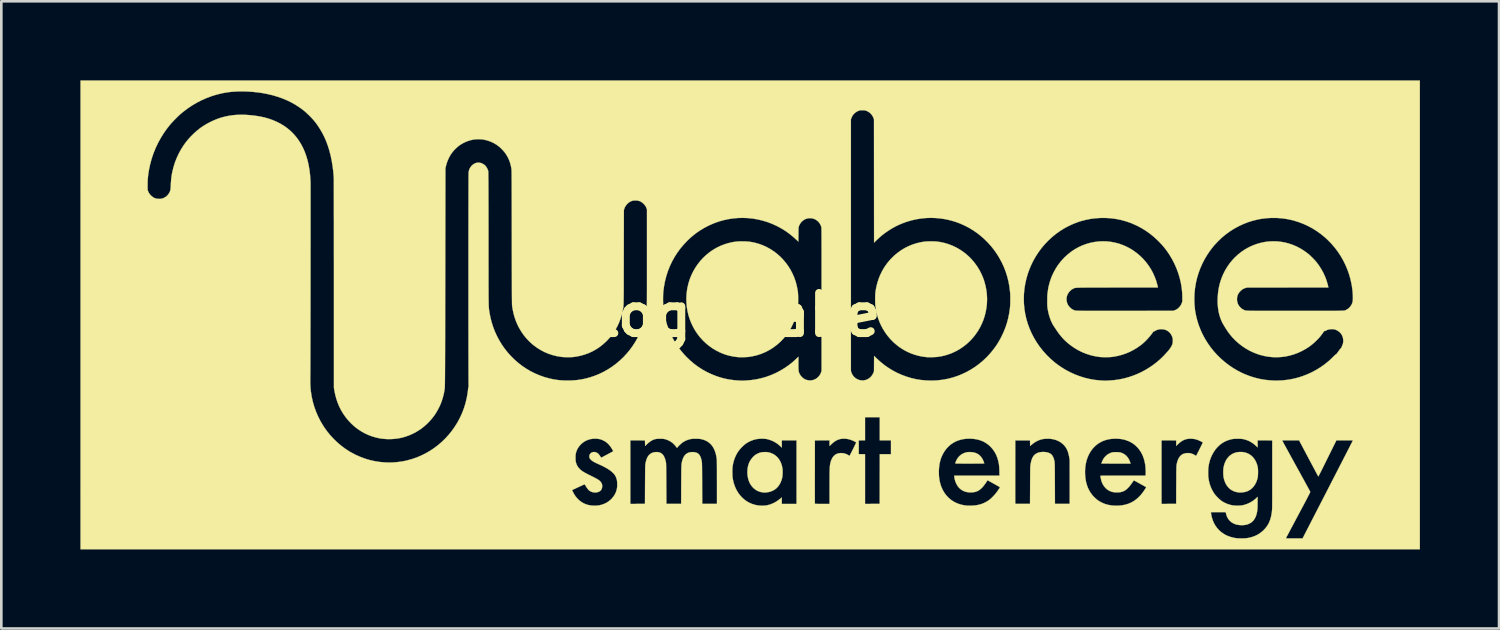
<source format=kicad_pcb>
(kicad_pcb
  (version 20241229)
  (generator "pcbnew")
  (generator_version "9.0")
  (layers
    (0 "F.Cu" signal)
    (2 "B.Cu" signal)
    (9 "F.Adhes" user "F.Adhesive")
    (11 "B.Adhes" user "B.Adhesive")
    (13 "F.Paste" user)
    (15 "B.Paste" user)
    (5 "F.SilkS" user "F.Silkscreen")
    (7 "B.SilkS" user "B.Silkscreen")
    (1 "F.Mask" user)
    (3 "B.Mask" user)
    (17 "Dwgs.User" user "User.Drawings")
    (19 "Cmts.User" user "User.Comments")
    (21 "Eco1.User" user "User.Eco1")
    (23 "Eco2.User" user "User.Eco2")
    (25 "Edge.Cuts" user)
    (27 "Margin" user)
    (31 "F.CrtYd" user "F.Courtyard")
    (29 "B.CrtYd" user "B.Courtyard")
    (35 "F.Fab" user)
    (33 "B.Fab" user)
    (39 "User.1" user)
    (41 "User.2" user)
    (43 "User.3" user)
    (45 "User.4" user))
  (footprint "LogoWabee"
    (layer "F.Cu")
    (at 25.405 8.895)
    (property "Reference" "LogoWabee" (at 0 0 0) (layer "F.SilkS") (effects (font (size 1.524 1.524) (thickness 0.3))))
    (attr through_hole)
    (fp_poly (pts (xy 13.937 5.206) (xy 13.984 5.209) (xy 14.024 5.214) (xy 14.061 5.223) (xy 14.097 5.236) (xy 14.137 5.254) (xy 14.154 5.262) (xy 14.216 5.3) (xy 14.272 5.349) (xy 14.321 5.407) (xy 14.364 5.475) (xy 14.398 5.55) (xy 14.417 5.605) (xy 14.427 5.639) (xy 13.874 5.639) (xy 13.792 5.639) (xy 13.713 5.639) (xy 13.639 5.639) (xy 13.57 5.638) (xy 13.508 5.638) (xy 13.454 5.638) (xy 13.407 5.638) (xy 13.37 5.638) (xy 13.343 5.637) (xy 13.327 5.637) (xy 13.322 5.637) (xy 13.325 5.627) (xy 13.331 5.608) (xy 13.34 5.584) (xy 13.35 5.558) (xy 13.36 5.533) (xy 13.37 5.512) (xy 13.373 5.505) (xy 13.416 5.433) (xy 13.469 5.369) (xy 13.529 5.314) (xy 13.598 5.269) (xy 13.672 5.234) (xy 13.72 5.218) (xy 13.741 5.213) (xy 13.761 5.209) (xy 13.783 5.207) (xy 13.81 5.205) (xy 13.845 5.205) (xy 13.881 5.205) (xy 13.937 5.206)) (stroke (width 0.01) (type solid)) (fill yes) (layer "F.SilkS"))
    (fp_poly (pts (xy 8.375 5.203) (xy 8.426 5.208) (xy 8.474 5.215) (xy 8.496 5.22) (xy 8.572 5.244) (xy 8.64 5.279) (xy 8.701 5.325) (xy 8.754 5.38) (xy 8.8 5.446) (xy 8.823 5.49) (xy 8.836 5.518) (xy 8.849 5.548) (xy 8.861 5.578) (xy 8.87 5.605) (xy 8.876 5.625) (xy 8.877 5.633) (xy 8.871 5.634) (xy 8.853 5.635) (xy 8.824 5.636) (xy 8.785 5.636) (xy 8.738 5.637) (xy 8.682 5.638) (xy 8.618 5.638) (xy 8.549 5.638) (xy 8.474 5.639) (xy 8.395 5.639) (xy 8.328 5.639) (xy 8.231 5.639) (xy 8.146 5.639) (xy 8.072 5.639) (xy 8.008 5.638) (xy 7.954 5.638) (xy 7.909 5.638) (xy 7.872 5.637) (xy 7.843 5.637) (xy 7.82 5.636) (xy 7.803 5.635) (xy 7.791 5.634) (xy 7.784 5.632) (xy 7.78 5.631) (xy 7.779 5.629) (xy 7.781 5.616) (xy 7.789 5.594) (xy 7.8 5.566) (xy 7.813 5.536) (xy 7.827 5.506) (xy 7.837 5.487) (xy 7.881 5.417) (xy 7.935 5.355) (xy 7.997 5.303) (xy 8.066 5.261) (xy 8.142 5.229) (xy 8.223 5.208) (xy 8.233 5.207) (xy 8.273 5.203) (xy 8.322 5.202) (xy 8.375 5.203)) (stroke (width 0.01) (type solid)) (fill yes) (layer "F.SilkS"))
    (fp_poly (pts (xy 18.668 5.201) (xy 18.715 5.206) (xy 18.72 5.207) (xy 18.806 5.228) (xy 18.887 5.26) (xy 18.961 5.303) (xy 19.028 5.355) (xy 19.088 5.418) (xy 19.14 5.489) (xy 19.184 5.569) (xy 19.22 5.658) (xy 19.247 5.754) (xy 19.251 5.775) (xy 19.257 5.814) (xy 19.261 5.862) (xy 19.263 5.917) (xy 19.263 5.975) (xy 19.262 6.032) (xy 19.259 6.087) (xy 19.255 6.136) (xy 19.248 6.175) (xy 19.248 6.177) (xy 19.222 6.271) (xy 19.188 6.358) (xy 19.145 6.438) (xy 19.095 6.509) (xy 19.037 6.572) (xy 18.973 6.625) (xy 18.903 6.667) (xy 18.836 6.696) (xy 18.769 6.715) (xy 18.695 6.728) (xy 18.619 6.734) (xy 18.546 6.734) (xy 18.518 6.731) (xy 18.429 6.715) (xy 18.346 6.688) (xy 18.27 6.651) (xy 18.201 6.604) (xy 18.139 6.546) (xy 18.085 6.48) (xy 18.039 6.404) (xy 18.001 6.319) (xy 17.971 6.226) (xy 17.954 6.141) (xy 17.949 6.103) (xy 17.946 6.057) (xy 17.944 6.005) (xy 17.944 5.951) (xy 17.945 5.899) (xy 17.947 5.852) (xy 17.951 5.817) (xy 17.97 5.717) (xy 17.998 5.625) (xy 18.035 5.54) (xy 18.08 5.464) (xy 18.133 5.396) (xy 18.194 5.337) (xy 18.262 5.288) (xy 18.336 5.249) (xy 18.416 5.221) (xy 18.453 5.212) (xy 18.501 5.204) (xy 18.555 5.2) (xy 18.613 5.199) (xy 18.668 5.201)) (stroke (width 0.01) (type solid)) (fill yes) (layer "F.SilkS"))
    (fp_poly (pts (xy 0.635 5.204) (xy 0.661 5.207) (xy 0.749 5.226) (xy 0.831 5.256) (xy 0.907 5.296) (xy 0.976 5.346) (xy 1.039 5.406) (xy 1.093 5.475) (xy 1.139 5.552) (xy 1.177 5.637) (xy 1.205 5.728) (xy 1.224 5.827) (xy 1.226 5.838) (xy 1.229 5.875) (xy 1.231 5.921) (xy 1.231 5.971) (xy 1.229 6.022) (xy 1.227 6.072) (xy 1.223 6.117) (xy 1.218 6.154) (xy 1.216 6.166) (xy 1.189 6.265) (xy 1.153 6.356) (xy 1.109 6.437) (xy 1.057 6.51) (xy 0.997 6.573) (xy 0.929 6.626) (xy 0.854 6.668) (xy 0.773 6.701) (xy 0.684 6.723) (xy 0.629 6.731) (xy 0.59 6.734) (xy 0.558 6.736) (xy 0.529 6.736) (xy 0.496 6.733) (xy 0.47 6.73) (xy 0.385 6.714) (xy 0.304 6.686) (xy 0.228 6.647) (xy 0.158 6.597) (xy 0.094 6.537) (xy 0.037 6.466) (xy 0.001 6.41) (xy -0.037 6.333) (xy -0.068 6.247) (xy -0.089 6.156) (xy -0.103 6.062) (xy -0.107 5.965) (xy -0.103 5.869) (xy -0.09 5.775) (xy -0.068 5.685) (xy -0.038 5.601) (xy -0.024 5.572) (xy 0.01 5.514) (xy 0.051 5.455) (xy 0.097 5.399) (xy 0.146 5.35) (xy 0.195 5.311) (xy 0.24 5.282) (xy 0.293 5.256) (xy 0.348 5.233) (xy 0.391 5.22) (xy 0.431 5.211) (xy 0.48 5.205) (xy 0.533 5.202) (xy 0.586 5.201) (xy 0.635 5.204)) (stroke (width 0.01) (type solid)) (fill yes) (layer "F.SilkS"))
    (fp_poly (pts (xy 6.918 -2.79) (xy 6.974 -2.789) (xy 7.025 -2.787) (xy 7.072 -2.783) (xy 7.12 -2.777) (xy 7.171 -2.77) (xy 7.22 -2.762) (xy 7.371 -2.729) (xy 7.521 -2.684) (xy 7.667 -2.628) (xy 7.809 -2.561) (xy 7.947 -2.483) (xy 8.079 -2.395) (xy 8.204 -2.297) (xy 8.321 -2.19) (xy 8.409 -2.099) (xy 8.516 -1.971) (xy 8.612 -1.837) (xy 8.697 -1.697) (xy 8.772 -1.552) (xy 8.836 -1.403) (xy 8.888 -1.249) (xy 8.929 -1.092) (xy 8.959 -0.933) (xy 8.978 -0.771) (xy 8.985 -0.608) (xy 8.98 -0.445) (xy 8.963 -0.281) (xy 8.934 -0.118) (xy 8.894 0.043) (xy 8.849 0.181) (xy 8.787 0.333) (xy 8.715 0.479) (xy 8.632 0.619) (xy 8.54 0.752) (xy 8.439 0.877) (xy 8.33 0.994) (xy 8.212 1.102) (xy 8.087 1.201) (xy 7.955 1.291) (xy 7.816 1.37) (xy 7.671 1.439) (xy 7.533 1.492) (xy 7.395 1.535) (xy 7.255 1.568) (xy 7.112 1.591) (xy 7.083 1.594) (xy 7.044 1.597) (xy 6.999 1.599) (xy 6.948 1.601) (xy 6.897 1.603) (xy 6.846 1.604) (xy 6.798 1.604) (xy 6.758 1.604) (xy 6.726 1.603) (xy 6.718 1.603) (xy 6.558 1.584) (xy 6.4 1.554) (xy 6.247 1.512) (xy 6.097 1.459) (xy 5.953 1.395) (xy 5.814 1.32) (xy 5.681 1.235) (xy 5.554 1.14) (xy 5.434 1.035) (xy 5.321 0.921) (xy 5.217 0.798) (xy 5.121 0.667) (xy 5.034 0.528) (xy 4.972 0.413) (xy 4.911 0.28) (xy 4.859 0.145) (xy 4.816 0.004) (xy 4.782 -0.142) (xy 4.756 -0.296) (xy 4.749 -0.349) (xy 4.745 -0.387) (xy 4.743 -0.434) (xy 4.741 -0.49) (xy 4.74 -0.55) (xy 4.74 -0.612) (xy 4.741 -0.675) (xy 4.743 -0.735) (xy 4.745 -0.79) (xy 4.748 -0.837) (xy 4.752 -0.87) (xy 4.781 -1.041) (xy 4.821 -1.207) (xy 4.872 -1.367) (xy 4.934 -1.521) (xy 5.007 -1.67) (xy 5.091 -1.811) (xy 5.185 -1.946) (xy 5.29 -2.074) (xy 5.35 -2.139) (xy 5.469 -2.255) (xy 5.595 -2.36) (xy 5.728 -2.454) (xy 5.866 -2.538) (xy 6.009 -2.609) (xy 6.158 -2.67) (xy 6.311 -2.719) (xy 6.436 -2.749) (xy 6.501 -2.762) (xy 6.56 -2.772) (xy 6.616 -2.78) (xy 6.672 -2.785) (xy 6.731 -2.788) (xy 6.798 -2.79) (xy 6.852 -2.79) (xy 6.918 -2.79)) (stroke (width 0.01) (type solid)) (fill yes) (layer "F.SilkS"))
    (fp_poly (pts (xy -0.215 -2.789) (xy -0.138 -2.786) (xy -0.067 -2.781) (xy 0.002 -2.772) (xy 0.072 -2.76) (xy 0.147 -2.745) (xy 0.181 -2.737) (xy 0.334 -2.694) (xy 0.482 -2.64) (xy 0.626 -2.574) (xy 0.765 -2.497) (xy 0.899 -2.41) (xy 1.025 -2.313) (xy 1.145 -2.206) (xy 1.257 -2.089) (xy 1.361 -1.964) (xy 1.437 -1.86) (xy 1.525 -1.721) (xy 1.601 -1.576) (xy 1.667 -1.427) (xy 1.722 -1.272) (xy 1.765 -1.111) (xy 1.799 -0.943) (xy 1.808 -0.883) (xy 1.812 -0.844) (xy 1.815 -0.796) (xy 1.818 -0.739) (xy 1.819 -0.677) (xy 1.82 -0.612) (xy 1.82 -0.547) (xy 1.819 -0.483) (xy 1.817 -0.423) (xy 1.814 -0.37) (xy 1.81 -0.325) (xy 1.808 -0.305) (xy 1.778 -0.133) (xy 1.736 0.033) (xy 1.684 0.193) (xy 1.621 0.346) (xy 1.547 0.494) (xy 1.464 0.634) (xy 1.37 0.768) (xy 1.266 0.893) (xy 1.153 1.011) (xy 1.03 1.121) (xy 0.898 1.222) (xy 0.835 1.265) (xy 0.697 1.348) (xy 0.554 1.42) (xy 0.405 1.481) (xy 0.25 1.531) (xy 0.091 1.568) (xy -0.044 1.591) (xy -0.072 1.594) (xy -0.108 1.596) (xy -0.152 1.599) (xy -0.2 1.601) (xy -0.25 1.603) (xy -0.3 1.604) (xy -0.346 1.604) (xy -0.387 1.604) (xy -0.42 1.604) (xy -0.438 1.603) (xy -0.567 1.588) (xy -0.687 1.569) (xy -0.801 1.544) (xy -0.912 1.513) (xy -1 1.483) (xy -1.149 1.422) (xy -1.292 1.35) (xy -1.429 1.268) (xy -1.559 1.176) (xy -1.682 1.074) (xy -1.797 0.964) (xy -1.904 0.845) (xy -2.003 0.718) (xy -2.092 0.584) (xy -2.171 0.443) (xy -2.241 0.295) (xy -2.3 0.142) (xy -2.337 0.024) (xy -2.376 -0.137) (xy -2.403 -0.302) (xy -2.418 -0.468) (xy -2.421 -0.636) (xy -2.412 -0.804) (xy -2.391 -0.971) (xy -2.377 -1.045) (xy -2.339 -1.204) (xy -2.291 -1.358) (xy -2.231 -1.507) (xy -2.161 -1.651) (xy -2.082 -1.788) (xy -1.993 -1.919) (xy -1.896 -2.042) (xy -1.79 -2.159) (xy -1.677 -2.266) (xy -1.556 -2.366) (xy -1.429 -2.456) (xy -1.295 -2.536) (xy -1.155 -2.607) (xy -1.01 -2.667) (xy -0.86 -2.715) (xy -0.709 -2.752) (xy -0.646 -2.764) (xy -0.589 -2.773) (xy -0.535 -2.78) (xy -0.481 -2.785) (xy -0.424 -2.788) (xy -0.359 -2.79) (xy -0.302 -2.79) (xy -0.215 -2.789)) (stroke (width 0.01) (type solid)) (fill yes) (layer "F.SilkS"))
    (fp_poly (pts (xy 25.4 8.89) (xy -25.4 8.89) (xy -25.4 6.642) (xy -6.756 6.642) (xy -6.737 6.685) (xy -6.686 6.785) (xy -6.627 6.876) (xy -6.561 6.957) (xy -6.487 7.03) (xy -6.407 7.091) (xy -6.321 7.143) (xy -6.229 7.183) (xy -6.209 7.19) (xy -6.126 7.213) (xy -6.036 7.228) (xy -5.942 7.236) (xy -5.848 7.235) (xy -5.757 7.227) (xy -5.731 7.223) (xy -5.629 7.199) (xy -5.533 7.164) (xy -5.441 7.119) (xy -5.357 7.062) (xy -5.28 6.997) (xy -5.248 6.965) (xy -5.186 6.889) (xy -5.135 6.81) (xy -5.095 6.727) (xy -5.066 6.638) (xy -5.051 6.566) (xy -5.046 6.521) (xy -5.043 6.469) (xy -5.043 6.414) (xy -5.045 6.359) (xy -5.049 6.308) (xy -5.056 6.265) (xy -5.06 6.247) (xy -5.079 6.184) (xy -5.101 6.131) (xy -5.127 6.084) (xy -5.16 6.039) (xy -5.202 5.992) (xy -5.207 5.988) (xy -5.259 5.94) (xy -5.324 5.891) (xy -5.399 5.841) (xy -5.486 5.791) (xy -5.583 5.739) (xy -5.69 5.688) (xy -5.742 5.665) (xy -5.81 5.634) (xy -5.867 5.607) (xy -5.916 5.582) (xy -5.956 5.559) (xy -5.99 5.536) (xy -6.018 5.514) (xy -6.043 5.491) (xy -6.051 5.484) (xy -6.076 5.454) (xy -6.092 5.427) (xy -6.1 5.399) (xy -6.102 5.371) (xy -6.098 5.33) (xy -6.086 5.294) (xy -6.063 5.261) (xy -6.06 5.258) (xy -6.026 5.228) (xy -5.987 5.209) (xy -5.942 5.2) (xy -5.92 5.199) (xy -5.87 5.205) (xy -5.822 5.223) (xy -5.776 5.254) (xy -5.734 5.297) (xy -5.694 5.351) (xy -5.685 5.367) (xy -5.67 5.391) (xy -5.657 5.408) (xy -5.649 5.414) (xy -5.648 5.414) (xy -5.641 5.41) (xy -5.624 5.402) (xy -5.599 5.389) (xy -5.567 5.372) (xy -5.531 5.352) (xy -5.49 5.331) (xy -5.447 5.308) (xy -5.403 5.284) (xy -5.36 5.261) (xy -5.319 5.239) (xy -5.282 5.219) (xy -5.249 5.201) (xy -5.223 5.187) (xy -5.205 5.177) (xy -5.196 5.172) (xy -5.195 5.172) (xy -5.197 5.165) (xy -5.204 5.15) (xy -5.216 5.128) (xy -5.231 5.102) (xy -5.247 5.074) (xy -5.265 5.045) (xy -5.283 5.018) (xy -5.285 5.014) (xy -5.346 4.935) (xy -5.413 4.866) (xy -5.486 4.809) (xy -5.565 4.763) (xy -5.582 4.756) (xy -4.547 4.756) (xy -4.547 7.169) (xy -4.269 7.168) (xy -3.991 7.166) (xy -3.988 6.439) (xy -3.987 6.326) (xy -3.986 6.224) (xy -3.986 6.134) (xy -3.985 6.055) (xy -3.985 5.985) (xy -3.984 5.924) (xy -3.984 5.871) (xy -3.983 5.827) (xy -3.982 5.788) (xy -3.981 5.756) (xy -3.98 5.73) (xy -3.979 5.708) (xy -3.978 5.689) (xy -3.977 5.674) (xy -3.975 5.662) (xy -3.974 5.651) (xy -3.973 5.65) (xy -3.957 5.567) (xy -3.937 5.495) (xy -3.914 5.434) (xy -3.887 5.381) (xy -3.855 5.335) (xy -3.82 5.297) (xy -3.768 5.257) (xy -3.71 5.228) (xy -3.645 5.21) (xy -3.572 5.201) (xy -3.548 5.201) (xy -3.485 5.206) (xy -3.428 5.22) (xy -3.377 5.246) (xy -3.332 5.281) (xy -3.293 5.327) (xy -3.26 5.384) (xy -3.232 5.452) (xy -3.209 5.532) (xy -3.193 5.608) (xy -3.192 5.619) (xy -3.191 5.636) (xy -3.19 5.66) (xy -3.189 5.691) (xy -3.188 5.731) (xy -3.187 5.778) (xy -3.186 5.835) (xy -3.185 5.901) (xy -3.184 5.977) (xy -3.184 6.063) (xy -3.183 6.161) (xy -3.182 6.27) (xy -3.182 6.391) (xy -3.182 6.41) (xy -3.178 7.166) (xy -2.619 7.166) (xy -2.616 6.439) (xy -2.615 6.324) (xy -2.615 6.22) (xy -2.614 6.128) (xy -2.614 6.046) (xy -2.613 5.974) (xy -2.612 5.91) (xy -2.612 5.855) (xy -2.611 5.807) (xy -2.609 5.765) (xy -2.608 5.729) (xy -2.606 5.698) (xy -2.604 5.671) (xy -2.602 5.648) (xy -2.599 5.627) (xy -2.596 5.608) (xy -2.592 5.59) (xy -2.588 5.573) (xy -2.584 5.555) (xy -2.579 5.536) (xy -2.577 5.528) (xy -2.551 5.45) (xy -2.52 5.382) (xy -2.481 5.326) (xy -2.436 5.28) (xy -2.384 5.245) (xy -2.325 5.22) (xy -2.259 5.206) (xy -2.186 5.202) (xy -2.163 5.202) (xy -2.101 5.209) (xy -2.047 5.222) (xy -2 5.243) (xy -1.96 5.273) (xy -1.925 5.311) (xy -1.896 5.359) (xy -1.872 5.417) (xy -1.852 5.487) (xy -1.837 5.556) (xy -1.836 5.566) (xy -1.834 5.577) (xy -1.833 5.591) (xy -1.831 5.607) (xy -1.83 5.626) (xy -1.829 5.65) (xy -1.829 5.678) (xy -1.828 5.712) (xy -1.827 5.752) (xy -1.826 5.799) (xy -1.826 5.854) (xy -1.825 5.917) (xy -1.825 5.989) (xy -1.824 6.072) (xy -1.824 6.164) (xy -1.823 6.268) (xy -1.823 6.384) (xy -1.823 6.391) (xy -1.819 7.166) (xy -1.26 7.166) (xy -1.26 6.347) (xy -1.261 6.221) (xy -1.261 6.106) (xy -1.261 6.004) (xy -1.261 5.943) (xy -0.676 5.943) (xy -0.676 6.006) (xy -0.674 6.067) (xy -0.671 6.123) (xy -0.667 6.171) (xy -0.665 6.187) (xy -0.64 6.314) (xy -0.606 6.435) (xy -0.562 6.549) (xy -0.51 6.656) (xy -0.449 6.756) (xy -0.379 6.848) (xy -0.302 6.931) (xy -0.218 7.006) (xy -0.127 7.071) (xy -0.03 7.126) (xy 0.074 7.17) (xy 0.182 7.203) (xy 0.228 7.214) (xy 0.311 7.227) (xy 0.398 7.235) (xy 0.483 7.236) (xy 0.565 7.232) (xy 0.629 7.223) (xy 0.736 7.197) (xy 0.84 7.158) (xy 0.943 7.108) (xy 1.043 7.045) (xy 1.137 6.973) (xy 1.197 6.923) (xy 1.199 7.046) (xy 1.2 7.169) (xy 1.759 7.169) (xy 1.759 6.529) (xy 2.452 6.529) (xy 2.452 6.628) (xy 2.452 6.721) (xy 2.452 6.806) (xy 2.452 6.884) (xy 2.453 6.954) (xy 2.453 7.015) (xy 2.453 7.066) (xy 2.453 7.107) (xy 2.453 7.136) (xy 2.454 7.155) (xy 2.454 7.161) (xy 2.457 7.163) (xy 2.467 7.165) (xy 2.483 7.166) (xy 2.506 7.167) (xy 2.539 7.168) (xy 2.58 7.169) (xy 2.633 7.169) (xy 2.696 7.169) (xy 2.733 7.169) (xy 3.01 7.169) (xy 3.01 6.536) (xy 3.01 6.419) (xy 3.01 6.313) (xy 3.011 6.219) (xy 3.011 6.135) (xy 3.012 6.061) (xy 3.012 5.995) (xy 3.013 5.938) (xy 3.015 5.887) (xy 3.016 5.843) (xy 3.018 5.805) (xy 3.02 5.771) (xy 3.023 5.741) (xy 3.025 5.714) (xy 3.029 5.69) (xy 3.032 5.668) (xy 3.036 5.648) (xy 3.057 5.559) (xy 3.086 5.482) (xy 3.121 5.415) (xy 3.163 5.359) (xy 3.212 5.314) (xy 3.267 5.279) (xy 3.33 5.255) (xy 3.399 5.242) (xy 3.454 5.239) (xy 3.529 5.245) (xy 3.602 5.262) (xy 3.674 5.292) (xy 3.73 5.324) (xy 3.748 5.335) (xy 3.762 5.344) (xy 3.769 5.347) (xy 3.772 5.341) (xy 3.781 5.325) (xy 3.794 5.301) (xy 3.81 5.268) (xy 3.831 5.228) (xy 3.854 5.183) (xy 3.879 5.133) (xy 3.899 5.093) (xy 3.931 5.029) (xy 3.957 4.975) (xy 3.979 4.93) (xy 3.995 4.895) (xy 4.007 4.869) (xy 4.015 4.85) (xy 4.018 4.839) (xy 4.018 4.834) (xy 4.018 4.834) (xy 4.003 4.824) (xy 3.98 4.811) (xy 3.951 4.796) (xy 3.92 4.781) (xy 3.889 4.766) (xy 3.872 4.759) (xy 4.118 4.759) (xy 4.118 5.28) (xy 4.237 5.282) (xy 4.356 5.283) (xy 4.356 7.169) (xy 4.634 7.168) (xy 4.912 7.166) (xy 4.913 6.225) (xy 4.914 5.972) (xy 7.156 5.972) (xy 7.158 6.065) (xy 7.164 6.151) (xy 7.166 6.175) (xy 7.187 6.304) (xy 7.218 6.427) (xy 7.259 6.543) (xy 7.31 6.651) (xy 7.37 6.752) (xy 7.44 6.845) (xy 7.519 6.93) (xy 7.608 7.006) (xy 7.669 7.05) (xy 7.764 7.106) (xy 7.868 7.153) (xy 7.978 7.19) (xy 8.095 7.217) (xy 8.217 7.233) (xy 8.242 7.235) (xy 8.273 7.236) (xy 8.313 7.236) (xy 8.36 7.236) (xy 8.408 7.234) (xy 8.457 7.231) (xy 8.501 7.228) (xy 8.538 7.225) (xy 8.552 7.223) (xy 8.668 7.202) (xy 8.776 7.171) (xy 8.878 7.13) (xy 8.974 7.079) (xy 9.049 7.031) (xy 9.107 6.986) (xy 9.168 6.93) (xy 9.23 6.867) (xy 9.291 6.799) (xy 9.349 6.726) (xy 9.403 6.651) (xy 9.436 6.602) (xy 9.453 6.574) (xy 9.464 6.555) (xy 9.469 6.542) (xy 9.469 6.535) (xy 9.467 6.531) (xy 9.463 6.529) (xy 10.053 6.529) (xy 10.053 6.628) (xy 10.053 6.721) (xy 10.053 6.806) (xy 10.053 6.884) (xy 10.054 6.954) (xy 10.054 7.015) (xy 10.054 7.066) (xy 10.054 7.107) (xy 10.054 7.137) (xy 10.055 7.155) (xy 10.055 7.161) (xy 10.058 7.163) (xy 10.067 7.165) (xy 10.082 7.166) (xy 10.105 7.167) (xy 10.136 7.168) (xy 10.176 7.168) (xy 10.226 7.168) (xy 10.288 7.168) (xy 10.336 7.168) (xy 10.614 7.166) (xy 10.618 6.461) (xy 10.618 6.351) (xy 10.619 6.253) (xy 10.619 6.166) (xy 10.62 6.09) (xy 10.62 6.023) (xy 10.621 5.965) (xy 10.621 5.915) (xy 10.622 5.872) (xy 10.623 5.835) (xy 10.623 5.804) (xy 10.624 5.778) (xy 10.625 5.757) (xy 10.627 5.738) (xy 10.628 5.722) (xy 10.63 5.707) (xy 10.631 5.694) (xy 10.633 5.68) (xy 10.635 5.669) (xy 10.652 5.582) (xy 10.672 5.505) (xy 10.696 5.44) (xy 10.725 5.384) (xy 10.758 5.336) (xy 10.797 5.297) (xy 10.842 5.265) (xy 10.865 5.252) (xy 10.905 5.233) (xy 10.945 5.219) (xy 10.988 5.209) (xy 11.039 5.202) (xy 11.054 5.2) (xy 11.126 5.197) (xy 11.196 5.202) (xy 11.262 5.213) (xy 11.322 5.231) (xy 11.374 5.255) (xy 11.393 5.266) (xy 11.432 5.299) (xy 11.466 5.342) (xy 11.494 5.395) (xy 11.518 5.458) (xy 11.537 5.533) (xy 11.542 5.556) (xy 11.544 5.566) (xy 11.545 5.577) (xy 11.547 5.589) (xy 11.548 5.604) (xy 11.549 5.621) (xy 11.55 5.643) (xy 11.551 5.669) (xy 11.552 5.7) (xy 11.552 5.737) (xy 11.553 5.781) (xy 11.554 5.832) (xy 11.554 5.892) (xy 11.555 5.96) (xy 11.555 6.037) (xy 11.556 6.125) (xy 11.556 6.224) (xy 11.557 6.334) (xy 11.557 6.391) (xy 11.56 7.166) (xy 12.119 7.166) (xy 12.119 6.337) (xy 12.119 5.923) (xy 12.701 5.923) (xy 12.702 6.026) (xy 12.712 6.164) (xy 12.731 6.293) (xy 12.76 6.415) (xy 12.799 6.53) (xy 12.848 6.637) (xy 12.907 6.738) (xy 12.977 6.833) (xy 12.978 6.834) (xy 13.011 6.872) (xy 13.052 6.913) (xy 13.096 6.955) (xy 13.141 6.995) (xy 13.183 7.028) (xy 13.193 7.035) (xy 13.235 7.062) (xy 13.285 7.091) (xy 13.34 7.119) (xy 13.396 7.145) (xy 13.448 7.166) (xy 13.474 7.176) (xy 13.585 7.205) (xy 13.703 7.226) (xy 13.824 7.236) (xy 13.948 7.236) (xy 14.006 7.233) (xy 14.127 7.218) (xy 14.241 7.194) (xy 14.349 7.161) (xy 14.45 7.117) (xy 14.547 7.064) (xy 14.638 6.999) (xy 14.725 6.923) (xy 14.809 6.836) (xy 14.889 6.738) (xy 14.966 6.627) (xy 14.983 6.6) (xy 14.999 6.575) (xy 15.01 6.554) (xy 15.017 6.54) (xy 15.019 6.533) (xy 15.012 6.529) (xy 14.995 6.519) (xy 14.97 6.505) (xy 14.939 6.487) (xy 14.902 6.466) (xy 14.861 6.444) (xy 14.818 6.42) (xy 14.774 6.395) (xy 14.73 6.371) (xy 14.689 6.348) (xy 14.65 6.327) (xy 14.617 6.309) (xy 14.589 6.294) (xy 14.569 6.284) (xy 14.559 6.278) (xy 14.557 6.278) (xy 14.551 6.282) (xy 14.539 6.296) (xy 14.523 6.316) (xy 14.505 6.342) (xy 14.497 6.353) (xy 14.439 6.434) (xy 14.385 6.503) (xy 14.332 6.561) (xy 14.28 6.61) (xy 14.228 6.65) (xy 14.175 6.68) (xy 14.119 6.703) (xy 14.059 6.719) (xy 13.995 6.729) (xy 13.925 6.732) (xy 13.91 6.733) (xy 13.832 6.73) (xy 13.764 6.72) (xy 13.7 6.704) (xy 13.639 6.679) (xy 13.593 6.655) (xy 13.528 6.611) (xy 13.47 6.556) (xy 13.418 6.492) (xy 13.373 6.42) (xy 13.337 6.342) (xy 13.326 6.309) (xy 13.319 6.286) (xy 13.312 6.256) (xy 13.304 6.222) (xy 13.297 6.187) (xy 13.291 6.154) (xy 13.286 6.126) (xy 13.284 6.107) (xy 13.284 6.105) (xy 13.286 6.104) (xy 13.29 6.102) (xy 13.299 6.101) (xy 13.312 6.1) (xy 13.33 6.1) (xy 13.353 6.099) (xy 13.383 6.098) (xy 13.42 6.098) (xy 13.464 6.097) (xy 13.516 6.097) (xy 13.577 6.097) (xy 13.647 6.096) (xy 13.727 6.096) (xy 13.817 6.096) (xy 13.918 6.096) (xy 14.03 6.096) (xy 14.141 6.096) (xy 14.997 6.096) (xy 15.002 6.025) (xy 15.003 5.983) (xy 15.003 5.933) (xy 15.001 5.877) (xy 14.997 5.818) (xy 14.993 5.76) (xy 14.987 5.706) (xy 14.983 5.674) (xy 14.958 5.548) (xy 14.924 5.428) (xy 14.88 5.316) (xy 14.827 5.212) (xy 14.763 5.116) (xy 14.691 5.027) (xy 14.662 4.998) (xy 14.578 4.922) (xy 14.488 4.858) (xy 14.391 4.804) (xy 14.288 4.761) (xy 14.272 4.756) (xy 15.602 4.756) (xy 15.602 7.169) (xy 15.88 7.168) (xy 16.158 7.166) (xy 16.161 6.445) (xy 16.162 6.333) (xy 16.162 6.232) (xy 16.163 6.143) (xy 16.163 6.065) (xy 16.164 5.996) (xy 16.164 5.969) (xy 17.372 5.969) (xy 17.372 6.022) (xy 17.373 6.074) (xy 17.375 6.12) (xy 17.378 6.157) (xy 17.379 6.169) (xy 17.401 6.3) (xy 17.432 6.422) (xy 17.474 6.538) (xy 17.525 6.648) (xy 17.587 6.752) (xy 17.613 6.79) (xy 17.639 6.824) (xy 17.673 6.863) (xy 17.711 6.904) (xy 17.752 6.945) (xy 17.794 6.984) (xy 17.834 7.019) (xy 17.869 7.048) (xy 17.888 7.061) (xy 17.988 7.12) (xy 18.093 7.167) (xy 18.202 7.202) (xy 18.285 7.221) (xy 18.333 7.227) (xy 18.389 7.232) (xy 18.449 7.235) (xy 18.509 7.235) (xy 18.566 7.233) (xy 18.618 7.229) (xy 18.653 7.225) (xy 18.767 7.198) (xy 18.875 7.159) (xy 18.978 7.109) (xy 19.076 7.048) (xy 19.168 6.975) (xy 19.192 6.952) (xy 19.247 6.901) (xy 19.247 7.091) (xy 19.246 7.172) (xy 19.245 7.243) (xy 19.243 7.304) (xy 19.24 7.358) (xy 19.235 7.406) (xy 19.229 7.449) (xy 19.224 7.48) (xy 19.203 7.571) (xy 19.174 7.654) (xy 19.137 7.727) (xy 19.093 7.791) (xy 19.042 7.844) (xy 19.028 7.857) (xy 18.995 7.88) (xy 18.955 7.903) (xy 18.911 7.925) (xy 18.868 7.943) (xy 18.837 7.952) (xy 18.765 7.967) (xy 18.686 7.974) (xy 18.605 7.974) (xy 18.526 7.967) (xy 18.451 7.953) (xy 18.405 7.94) (xy 18.331 7.909) (xy 18.263 7.869) (xy 18.202 7.819) (xy 18.15 7.761) (xy 18.108 7.697) (xy 18.104 7.69) (xy 18.087 7.653) (xy 18.071 7.609) (xy 18.056 7.564) (xy 18.046 7.523) (xy 18.043 7.507) (xy 18.039 7.48) (xy 17.757 7.48) (xy 17.699 7.48) (xy 17.644 7.481) (xy 17.595 7.481) (xy 17.553 7.482) (xy 17.519 7.483) (xy 17.493 7.483) (xy 17.479 7.484) (xy 17.475 7.485) (xy 17.477 7.5) (xy 17.48 7.524) (xy 17.485 7.555) (xy 17.491 7.589) (xy 17.498 7.623) (xy 17.505 7.654) (xy 17.51 7.676) (xy 17.544 7.786) (xy 17.588 7.89) (xy 17.642 7.988) (xy 17.706 8.077) (xy 17.778 8.158) (xy 17.824 8.202) (xy 17.868 8.237) (xy 17.917 8.273) (xy 17.97 8.308) (xy 18.021 8.339) (xy 18.068 8.363) (xy 18.072 8.365) (xy 18.15 8.397) (xy 18.235 8.425) (xy 18.323 8.448) (xy 18.411 8.465) (xy 18.449 8.47) (xy 18.477 8.473) (xy 18.514 8.474) (xy 18.558 8.476) (xy 18.607 8.476) (xy 18.656 8.476) (xy 18.704 8.476) (xy 18.749 8.475) (xy 18.786 8.473) (xy 18.813 8.471) (xy 18.815 8.471) (xy 18.939 8.45) (xy 19.055 8.418) (xy 19.165 8.376) (xy 19.267 8.324) (xy 19.361 8.261) (xy 19.449 8.188) (xy 19.501 8.136) (xy 19.564 8.064) (xy 19.618 7.989) (xy 19.664 7.911) (xy 19.702 7.828) (xy 19.734 7.738) (xy 19.759 7.641) (xy 19.779 7.535) (xy 19.791 7.442) (xy 19.792 7.429) (xy 19.794 7.416) (xy 19.795 7.401) (xy 19.796 7.385) (xy 19.797 7.367) (xy 19.798 7.345) (xy 19.798 7.321) (xy 19.799 7.292) (xy 19.8 7.259) (xy 19.8 7.222) (xy 19.801 7.178) (xy 19.801 7.129) (xy 19.801 7.072) (xy 19.802 7.009) (xy 19.802 6.938) (xy 19.802 6.858) (xy 19.802 6.769) (xy 19.802 6.671) (xy 19.802 6.563) (xy 19.802 6.445) (xy 19.802 6.315) (xy 19.802 6.174) (xy 19.802 6.048) (xy 19.802 4.76) (xy 20.179 4.76) (xy 20.182 4.765) (xy 20.19 4.782) (xy 20.204 4.808) (xy 20.223 4.844) (xy 20.247 4.889) (xy 20.276 4.942) (xy 20.309 5.002) (xy 20.346 5.07) (xy 20.386 5.144) (xy 20.43 5.225) (xy 20.477 5.31) (xy 20.527 5.401) (xy 20.579 5.496) (xy 20.633 5.595) (xy 20.689 5.697) (xy 20.706 5.726) (xy 20.762 5.829) (xy 20.818 5.929) (xy 20.871 6.026) (xy 20.921 6.118) (xy 20.97 6.206) (xy 21.015 6.289) (xy 21.057 6.366) (xy 21.096 6.437) (xy 21.131 6.501) (xy 21.162 6.557) (xy 21.188 6.605) (xy 21.21 6.645) (xy 21.226 6.675) (xy 21.237 6.695) (xy 21.242 6.705) (xy 21.243 6.706) (xy 21.243 6.709) (xy 21.243 6.714) (xy 21.241 6.72) (xy 21.237 6.73) (xy 21.232 6.742) (xy 21.225 6.758) (xy 21.215 6.779) (xy 21.202 6.804) (xy 21.187 6.834) (xy 21.168 6.87) (xy 21.146 6.913) (xy 21.12 6.962) (xy 21.091 7.019) (xy 21.057 7.083) (xy 21.018 7.156) (xy 20.975 7.238) (xy 20.926 7.329) (xy 20.872 7.43) (xy 20.813 7.541) (xy 20.786 7.592) (xy 20.734 7.69) (xy 20.684 7.784) (xy 20.635 7.876) (xy 20.589 7.963) (xy 20.545 8.045) (xy 20.504 8.122) (xy 20.467 8.193) (xy 20.433 8.257) (xy 20.403 8.314) (xy 20.377 8.363) (xy 20.355 8.403) (xy 20.339 8.434) (xy 20.328 8.456) (xy 20.322 8.467) (xy 20.321 8.469) (xy 20.323 8.471) (xy 20.329 8.472) (xy 20.341 8.474) (xy 20.359 8.475) (xy 20.385 8.476) (xy 20.42 8.476) (xy 20.463 8.477) (xy 20.517 8.477) (xy 20.582 8.477) (xy 20.636 8.477) (xy 20.953 8.477) (xy 21.905 6.626) (xy 21.979 6.482) (xy 22.051 6.341) (xy 22.122 6.203) (xy 22.191 6.069) (xy 22.258 5.939) (xy 22.322 5.814) (xy 22.384 5.693) (xy 22.443 5.578) (xy 22.499 5.469) (xy 22.552 5.366) (xy 22.601 5.27) (xy 22.647 5.181) (xy 22.689 5.099) (xy 22.727 5.025) (xy 22.76 4.96) (xy 22.789 4.903) (xy 22.813 4.855) (xy 22.833 4.817) (xy 22.847 4.79) (xy 22.856 4.772) (xy 22.859 4.765) (xy 22.859 4.765) (xy 22.858 4.763) (xy 22.854 4.761) (xy 22.845 4.76) (xy 22.831 4.759) (xy 22.811 4.758) (xy 22.783 4.757) (xy 22.747 4.757) (xy 22.702 4.756) (xy 22.646 4.756) (xy 22.579 4.756) (xy 22.549 4.756) (xy 22.238 4.756) (xy 22.229 4.77) (xy 22.225 4.778) (xy 22.216 4.796) (xy 22.202 4.824) (xy 22.184 4.861) (xy 22.161 4.907) (xy 22.134 4.961) (xy 22.104 5.021) (xy 22.071 5.088) (xy 22.035 5.161) (xy 21.997 5.239) (xy 21.956 5.32) (xy 21.914 5.405) (xy 21.888 5.459) (xy 21.834 5.568) (xy 21.785 5.666) (xy 21.742 5.753) (xy 21.703 5.831) (xy 21.67 5.898) (xy 21.641 5.956) (xy 21.616 6.004) (xy 21.595 6.044) (xy 21.579 6.075) (xy 21.566 6.099) (xy 21.557 6.115) (xy 21.551 6.124) (xy 21.548 6.126) (xy 21.544 6.119) (xy 21.535 6.102) (xy 21.52 6.075) (xy 21.501 6.039) (xy 21.477 5.995) (xy 21.449 5.943) (xy 21.418 5.883) (xy 21.383 5.818) (xy 21.345 5.746) (xy 21.304 5.67) (xy 21.261 5.589) (xy 21.216 5.505) (xy 21.18 5.437) (xy 20.82 4.756) (xy 20.501 4.756) (xy 20.439 4.756) (xy 20.38 4.756) (xy 20.327 4.757) (xy 20.28 4.757) (xy 20.24 4.758) (xy 20.21 4.758) (xy 20.189 4.759) (xy 20.179 4.759) (xy 20.179 4.76) (xy 19.802 4.76) (xy 19.802 4.759) (xy 19.525 4.758) (xy 19.247 4.756) (xy 19.247 5.024) (xy 19.182 4.963) (xy 19.099 4.892) (xy 19.01 4.831) (xy 18.917 4.781) (xy 18.82 4.743) (xy 18.805 4.738) (xy 18.758 4.724) (xy 18.716 4.714) (xy 18.677 4.706) (xy 18.637 4.701) (xy 18.592 4.698) (xy 18.541 4.696) (xy 18.494 4.696) (xy 18.439 4.696) (xy 18.393 4.698) (xy 18.353 4.7) (xy 18.317 4.704) (xy 18.281 4.711) (xy 18.241 4.719) (xy 18.202 4.729) (xy 18.097 4.762) (xy 17.997 4.807) (xy 17.902 4.863) (xy 17.813 4.93) (xy 17.731 5.007) (xy 17.655 5.094) (xy 17.587 5.192) (xy 17.526 5.299) (xy 17.517 5.316) (xy 17.468 5.425) (xy 17.43 5.538) (xy 17.4 5.658) (xy 17.38 5.785) (xy 17.379 5.788) (xy 17.376 5.822) (xy 17.374 5.865) (xy 17.373 5.915) (xy 17.372 5.969) (xy 16.164 5.969) (xy 16.165 5.936) (xy 16.165 5.884) (xy 16.166 5.84) (xy 16.167 5.803) (xy 16.168 5.772) (xy 16.169 5.747) (xy 16.17 5.726) (xy 16.171 5.709) (xy 16.172 5.695) (xy 16.174 5.683) (xy 16.175 5.673) (xy 16.176 5.671) (xy 16.197 5.582) (xy 16.222 5.505) (xy 16.252 5.44) (xy 16.287 5.384) (xy 16.328 5.338) (xy 16.374 5.3) (xy 16.41 5.279) (xy 16.459 5.26) (xy 16.515 5.247) (xy 16.575 5.239) (xy 16.635 5.239) (xy 16.691 5.246) (xy 16.706 5.249) (xy 16.742 5.26) (xy 16.784 5.276) (xy 16.826 5.296) (xy 16.863 5.316) (xy 16.881 5.327) (xy 16.897 5.338) (xy 16.91 5.345) (xy 16.915 5.347) (xy 16.918 5.341) (xy 16.927 5.326) (xy 16.939 5.302) (xy 16.955 5.27) (xy 16.974 5.233) (xy 16.995 5.192) (xy 17.018 5.147) (xy 17.041 5.101) (xy 17.064 5.054) (xy 17.087 5.009) (xy 17.108 4.966) (xy 17.127 4.927) (xy 17.144 4.893) (xy 17.157 4.866) (xy 17.165 4.847) (xy 17.169 4.839) (xy 17.165 4.834) (xy 17.15 4.825) (xy 17.129 4.813) (xy 17.101 4.799) (xy 17.07 4.784) (xy 17.037 4.769) (xy 17.005 4.755) (xy 16.976 4.743) (xy 16.95 4.733) (xy 16.945 4.731) (xy 16.857 4.708) (xy 16.771 4.696) (xy 16.682 4.694) (xy 16.676 4.695) (xy 16.601 4.701) (xy 16.532 4.715) (xy 16.467 4.736) (xy 16.405 4.766) (xy 16.343 4.805) (xy 16.28 4.855) (xy 16.22 4.91) (xy 16.161 4.967) (xy 16.159 4.863) (xy 16.158 4.759) (xy 15.88 4.758) (xy 15.602 4.756) (xy 14.272 4.756) (xy 14.178 4.728) (xy 14.061 4.706) (xy 13.937 4.695) (xy 13.859 4.693) (xy 13.732 4.698) (xy 13.611 4.715) (xy 13.496 4.742) (xy 13.387 4.78) (xy 13.286 4.829) (xy 13.19 4.888) (xy 13.102 4.958) (xy 13.021 5.039) (xy 12.977 5.09) (xy 12.907 5.188) (xy 12.847 5.293) (xy 12.797 5.406) (xy 12.757 5.526) (xy 12.728 5.652) (xy 12.709 5.784) (xy 12.701 5.923) (xy 12.119 5.923) (xy 12.119 5.509) (xy 12.105 5.418) (xy 12.086 5.32) (xy 12.064 5.232) (xy 12.037 5.154) (xy 12.005 5.083) (xy 11.967 5.02) (xy 11.922 4.962) (xy 11.87 4.908) (xy 11.863 4.902) (xy 11.79 4.842) (xy 11.711 4.793) (xy 11.625 4.754) (xy 11.533 4.725) (xy 11.433 4.705) (xy 11.326 4.695) (xy 11.306 4.695) (xy 11.2 4.697) (xy 11.099 4.709) (xy 11.003 4.733) (xy 10.911 4.769) (xy 10.821 4.816) (xy 10.733 4.876) (xy 10.67 4.927) (xy 10.618 4.972) (xy 10.616 4.866) (xy 10.614 4.759) (xy 10.055 4.759) (xy 10.054 5.956) (xy 10.053 6.079) (xy 10.053 6.198) (xy 10.053 6.313) (xy 10.053 6.423) (xy 10.053 6.529) (xy 9.463 6.529) (xy 9.459 6.526) (xy 9.443 6.516) (xy 9.418 6.502) (xy 9.386 6.484) (xy 9.349 6.463) (xy 9.309 6.44) (xy 9.266 6.416) (xy 9.222 6.392) (xy 9.178 6.367) (xy 9.137 6.344) (xy 9.098 6.323) (xy 9.065 6.305) (xy 9.038 6.29) (xy 9.018 6.28) (xy 9.007 6.275) (xy 9.006 6.274) (xy 9.001 6.279) (xy 8.99 6.293) (xy 8.976 6.313) (xy 8.965 6.33) (xy 8.908 6.414) (xy 8.852 6.488) (xy 8.798 6.55) (xy 8.744 6.601) (xy 8.69 6.644) (xy 8.634 6.677) (xy 8.575 6.701) (xy 8.513 6.719) (xy 8.446 6.729) (xy 8.374 6.732) (xy 8.363 6.733) (xy 8.272 6.728) (xy 8.19 6.713) (xy 8.114 6.689) (xy 8.044 6.654) (xy 7.979 6.609) (xy 7.925 6.56) (xy 7.88 6.507) (xy 7.84 6.443) (xy 7.804 6.373) (xy 7.776 6.298) (xy 7.755 6.221) (xy 7.743 6.145) (xy 7.743 6.144) (xy 7.739 6.096) (xy 9.457 6.096) (xy 9.453 5.929) (xy 9.45 5.837) (xy 9.445 5.754) (xy 9.437 5.679) (xy 9.425 5.609) (xy 9.41 5.54) (xy 9.391 5.472) (xy 9.369 5.403) (xy 9.327 5.299) (xy 9.274 5.201) (xy 9.211 5.108) (xy 9.139 5.023) (xy 9.06 4.946) (xy 8.973 4.879) (xy 8.88 4.822) (xy 8.856 4.809) (xy 8.761 4.768) (xy 8.658 4.735) (xy 8.55 4.712) (xy 8.439 4.698) (xy 8.325 4.692) (xy 8.212 4.696) (xy 8.1 4.709) (xy 7.991 4.731) (xy 7.888 4.762) (xy 7.801 4.797) (xy 7.702 4.851) (xy 7.609 4.914) (xy 7.524 4.988) (xy 7.446 5.071) (xy 7.377 5.162) (xy 7.317 5.261) (xy 7.265 5.367) (xy 7.223 5.48) (xy 7.192 5.599) (xy 7.189 5.613) (xy 7.175 5.693) (xy 7.165 5.782) (xy 7.158 5.876) (xy 7.156 5.972) (xy 4.914 5.972) (xy 4.915 5.283) (xy 5.34 5.283) (xy 5.34 4.756) (xy 4.915 4.756) (xy 4.915 3.88) (xy 4.356 3.88) (xy 4.356 4.756) (xy 4.237 4.758) (xy 4.118 4.759) (xy 3.872 4.759) (xy 3.86 4.754) (xy 3.86 4.754) (xy 3.766 4.722) (xy 3.673 4.702) (xy 3.599 4.694) (xy 3.518 4.694) (xy 3.443 4.702) (xy 3.373 4.718) (xy 3.305 4.743) (xy 3.239 4.779) (xy 3.172 4.824) (xy 3.104 4.881) (xy 3.07 4.914) (xy 3.01 4.971) (xy 3.01 4.756) (xy 2.732 4.758) (xy 2.454 4.759) (xy 2.453 5.956) (xy 2.452 6.079) (xy 2.452 6.198) (xy 2.452 6.313) (xy 2.452 6.423) (xy 2.452 6.529) (xy 1.759 6.529) (xy 1.759 4.756) (xy 1.2 4.756) (xy 1.2 5.03) (xy 1.17 5.004) (xy 1.13 4.969) (xy 1.097 4.94) (xy 1.07 4.918) (xy 1.047 4.899) (xy 1.026 4.883) (xy 1.005 4.868) (xy 0.988 4.857) (xy 0.897 4.803) (xy 0.798 4.759) (xy 0.696 4.725) (xy 0.629 4.708) (xy 0.564 4.699) (xy 0.491 4.694) (xy 0.413 4.694) (xy 0.335 4.699) (xy 0.26 4.708) (xy 0.217 4.715) (xy 0.124 4.74) (xy 0.029 4.775) (xy -0.062 4.818) (xy -0.146 4.869) (xy -0.165 4.882) (xy -0.204 4.912) (xy -0.248 4.95) (xy -0.294 4.993) (xy -0.339 5.039) (xy -0.38 5.084) (xy -0.416 5.127) (xy -0.425 5.138) (xy -0.493 5.239) (xy -0.55 5.346) (xy -0.597 5.459) (xy -0.634 5.58) (xy -0.661 5.708) (xy -0.664 5.728) (xy -0.669 5.77) (xy -0.673 5.822) (xy -0.675 5.88) (xy -0.676 5.943) (xy -1.261 5.943) (xy -1.261 5.912) (xy -1.261 5.831) (xy -1.262 5.759) (xy -1.262 5.696) (xy -1.263 5.643) (xy -1.263 5.597) (xy -1.264 5.558) (xy -1.265 5.526) (xy -1.266 5.501) (xy -1.267 5.481) (xy -1.268 5.466) (xy -1.269 5.461) (xy -1.287 5.346) (xy -1.312 5.241) (xy -1.344 5.146) (xy -1.383 5.061) (xy -1.429 4.985) (xy -1.482 4.918) (xy -1.504 4.895) (xy -1.565 4.842) (xy -1.63 4.797) (xy -1.702 4.76) (xy -1.781 4.731) (xy -1.862 4.711) (xy -1.887 4.706) (xy -1.91 4.702) (xy -1.935 4.7) (xy -1.963 4.698) (xy -1.998 4.697) (xy -2.042 4.697) (xy -2.064 4.696) (xy -2.112 4.697) (xy -2.15 4.697) (xy -2.181 4.698) (xy -2.206 4.701) (xy -2.229 4.704) (xy -2.252 4.708) (xy -2.265 4.71) (xy -2.355 4.734) (xy -2.438 4.766) (xy -2.516 4.807) (xy -2.559 4.834) (xy -2.584 4.853) (xy -2.615 4.879) (xy -2.648 4.908) (xy -2.681 4.939) (xy -2.712 4.969) (xy -2.737 4.997) (xy -2.753 5.016) (xy -2.764 5.031) (xy -2.773 5.04) (xy -2.775 5.042) (xy -2.78 5.037) (xy -2.791 5.024) (xy -2.805 5.006) (xy -2.81 5) (xy -2.845 4.956) (xy -2.888 4.91) (xy -2.933 4.867) (xy -2.975 4.833) (xy -3.025 4.8) (xy -3.083 4.769) (xy -3.144 4.741) (xy -3.205 4.72) (xy -3.229 4.714) (xy -3.256 4.707) (xy -3.278 4.703) (xy -3.301 4.7) (xy -3.326 4.698) (xy -3.356 4.697) (xy -3.394 4.696) (xy -3.416 4.696) (xy -3.474 4.697) (xy -3.522 4.699) (xy -3.564 4.704) (xy -3.601 4.711) (xy -3.638 4.721) (xy -3.677 4.735) (xy -3.677 4.735) (xy -3.725 4.759) (xy -3.778 4.791) (xy -3.834 4.832) (xy -3.891 4.88) (xy -3.947 4.934) (xy -3.985 4.972) (xy -3.991 4.759) (xy -4.269 4.758) (xy -4.547 4.756) (xy -5.582 4.756) (xy -5.648 4.728) (xy -5.738 4.705) (xy -5.831 4.694) (xy -5.877 4.693) (xy -5.98 4.698) (xy -6.077 4.715) (xy -6.169 4.744) (xy -6.255 4.784) (xy -6.335 4.835) (xy -6.41 4.897) (xy -6.424 4.911) (xy -6.486 4.982) (xy -6.537 5.057) (xy -6.577 5.137) (xy -6.606 5.224) (xy -6.612 5.246) (xy -6.617 5.271) (xy -6.621 5.295) (xy -6.623 5.321) (xy -6.625 5.352) (xy -6.625 5.39) (xy -6.625 5.42) (xy -6.625 5.463) (xy -6.624 5.496) (xy -6.623 5.522) (xy -6.62 5.544) (xy -6.616 5.565) (xy -6.611 5.588) (xy -6.609 5.596) (xy -6.587 5.663) (xy -6.56 5.722) (xy -6.525 5.776) (xy -6.48 5.829) (xy -6.453 5.856) (xy -6.429 5.878) (xy -6.405 5.898) (xy -6.378 5.918) (xy -6.348 5.939) (xy -6.313 5.96) (xy -6.272 5.984) (xy -6.225 6.009) (xy -6.17 6.038) (xy -6.105 6.071) (xy -6.042 6.102) (xy -5.968 6.139) (xy -5.904 6.172) (xy -5.85 6.2) (xy -5.804 6.226) (xy -5.766 6.249) (xy -5.735 6.271) (xy -5.709 6.292) (xy -5.687 6.313) (xy -5.669 6.335) (xy -5.653 6.358) (xy -5.638 6.382) (xy -5.632 6.394) (xy -5.62 6.428) (xy -5.614 6.469) (xy -5.614 6.513) (xy -5.62 6.557) (xy -5.625 6.578) (xy -5.642 6.62) (xy -5.663 6.653) (xy -5.691 6.679) (xy -5.728 6.701) (xy -5.785 6.723) (xy -5.846 6.734) (xy -5.909 6.734) (xy -5.97 6.725) (xy -6.029 6.706) (xy -6.083 6.677) (xy -6.126 6.643) (xy -6.147 6.621) (xy -6.171 6.59) (xy -6.197 6.554) (xy -6.223 6.515) (xy -6.247 6.475) (xy -6.254 6.463) (xy -6.266 6.444) (xy -6.276 6.431) (xy -6.283 6.426) (xy -6.29 6.429) (xy -6.307 6.436) (xy -6.334 6.448) (xy -6.368 6.463) (xy -6.408 6.482) (xy -6.453 6.502) (xy -6.502 6.525) (xy -6.509 6.528) (xy -6.559 6.552) (xy -6.605 6.573) (xy -6.647 6.593) (xy -6.683 6.609) (xy -6.711 6.622) (xy -6.731 6.631) (xy -6.741 6.636) (xy -6.742 6.636) (xy -6.756 6.642) (xy -25.4 6.642) (xy -25.4 -4.747) (xy -22.857 -4.747) (xy -22.84 -4.7) (xy -22.819 -4.65) (xy -22.794 -4.607) (xy -22.763 -4.566) (xy -22.73 -4.531) (xy -22.677 -4.484) (xy -22.625 -4.449) (xy -22.57 -4.424) (xy -22.509 -4.409) (xy -22.443 -4.402) (xy -22.38 -4.402) (xy -22.325 -4.41) (xy -22.273 -4.425) (xy -22.226 -4.445) (xy -22.162 -4.484) (xy -22.106 -4.533) (xy -22.06 -4.59) (xy -22.028 -4.645) (xy -22.015 -4.672) (xy -22.004 -4.697) (xy -21.996 -4.721) (xy -21.99 -4.747) (xy -21.986 -4.777) (xy -21.982 -4.813) (xy -21.98 -4.857) (xy -21.977 -4.911) (xy -21.973 -5.002) (xy -21.967 -5.084) (xy -21.961 -5.159) (xy -21.952 -5.231) (xy -21.942 -5.301) (xy -21.929 -5.374) (xy -21.923 -5.404) (xy -21.88 -5.585) (xy -21.826 -5.764) (xy -21.759 -5.938) (xy -21.681 -6.107) (xy -21.592 -6.272) (xy -21.492 -6.43) (xy -21.414 -6.538) (xy -21.325 -6.65) (xy -21.225 -6.76) (xy -21.118 -6.868) (xy -21.007 -6.969) (xy -20.893 -7.062) (xy -20.825 -7.112) (xy -20.719 -7.182) (xy -20.606 -7.25) (xy -20.487 -7.313) (xy -20.366 -7.371) (xy -20.245 -7.422) (xy -20.128 -7.464) (xy -20.088 -7.477) (xy -19.929 -7.521) (xy -19.769 -7.554) (xy -19.608 -7.577) (xy -19.444 -7.59) (xy -19.274 -7.593) (xy -19.136 -7.589) (xy -18.944 -7.575) (xy -18.763 -7.554) (xy -18.59 -7.526) (xy -18.425 -7.49) (xy -18.269 -7.446) (xy -18.119 -7.394) (xy -17.976 -7.333) (xy -17.838 -7.265) (xy -17.834 -7.262) (xy -17.695 -7.18) (xy -17.565 -7.088) (xy -17.444 -6.988) (xy -17.331 -6.878) (xy -17.227 -6.759) (xy -17.132 -6.631) (xy -17.045 -6.494) (xy -16.968 -6.349) (xy -16.899 -6.195) (xy -16.84 -6.032) (xy -16.789 -5.861) (xy -16.748 -5.681) (xy -16.716 -5.493) (xy -16.693 -5.297) (xy -16.679 -5.093) (xy -16.676 -5.034) (xy -16.676 -5.019) (xy -16.676 -4.992) (xy -16.676 -4.953) (xy -16.676 -4.903) (xy -16.675 -4.842) (xy -16.675 -4.77) (xy -16.675 -4.688) (xy -16.675 -4.597) (xy -16.675 -4.496) (xy -16.675 -4.387) (xy -16.675 -4.27) (xy -16.675 -4.144) (xy -16.675 -4.012) (xy -16.675 -3.872) (xy -16.675 -3.726) (xy -16.675 -3.574) (xy -16.675 -3.416) (xy -16.675 -3.253) (xy -16.675 -3.086) (xy -16.675 -2.914) (xy -16.675 -2.738) (xy -16.676 -2.559) (xy -16.676 -2.377) (xy -16.676 -2.193) (xy -16.676 -2.006) (xy -16.676 -1.818) (xy -16.676 -1.629) (xy -16.677 -1.439) (xy -16.677 -1.248) (xy -16.677 -1.058) (xy -16.677 -0.869) (xy -16.678 -0.68) (xy -16.678 -0.493) (xy -16.678 -0.309) (xy -16.678 -0.126) (xy -16.679 0.054) (xy -16.679 0.23) (xy -16.679 0.403) (xy -16.68 0.572) (xy -16.68 0.736) (xy -16.68 0.895) (xy -16.68 1.048) (xy -16.681 1.196) (xy -16.681 1.337) (xy -16.681 1.471) (xy -16.682 1.598) (xy -16.682 1.717) (xy -16.682 1.829) (xy -16.683 1.931) (xy -16.683 2.025) (xy -16.683 2.109) (xy -16.684 2.183) (xy -16.684 2.246) (xy -16.684 2.299) (xy -16.685 2.341) (xy -16.685 2.371) (xy -16.685 2.381) (xy -16.686 2.49) (xy -16.685 2.589) (xy -16.682 2.68) (xy -16.677 2.765) (xy -16.67 2.846) (xy -16.662 2.911) (xy -16.631 3.11) (xy -16.587 3.305) (xy -16.531 3.496) (xy -16.463 3.682) (xy -16.384 3.864) (xy -16.293 4.041) (xy -16.19 4.212) (xy -16.148 4.276) (xy -16.04 4.426) (xy -15.921 4.571) (xy -15.793 4.708) (xy -15.658 4.838) (xy -15.515 4.959) (xy -15.367 5.07) (xy -15.215 5.17) (xy -15.138 5.215) (xy -14.965 5.306) (xy -14.789 5.384) (xy -14.61 5.451) (xy -14.427 5.505) (xy -14.241 5.547) (xy -14.051 5.577) (xy -13.857 5.594) (xy -13.713 5.6) (xy -13.676 5.599) (xy -13.631 5.599) (xy -13.583 5.597) (xy -13.538 5.595) (xy -13.525 5.594) (xy -13.379 5.582) (xy -13.238 5.563) (xy -13.099 5.538) (xy -13.011 5.518) (xy -12.827 5.467) (xy -12.647 5.405) (xy -12.473 5.331) (xy -12.304 5.247) (xy -12.14 5.152) (xy -11.983 5.047) (xy -11.833 4.933) (xy -11.69 4.809) (xy -11.555 4.677) (xy -11.427 4.536) (xy -11.309 4.388) (xy -11.199 4.232) (xy -11.098 4.069) (xy -11.008 3.899) (xy -10.927 3.723) (xy -10.858 3.54) (xy -10.849 3.515) (xy -10.795 3.336) (xy -10.751 3.152) (xy -10.718 2.964) (xy -10.7 2.819) (xy -10.696 2.788) (xy -10.691 2.759) (xy -10.687 2.736) (xy -10.683 2.725) (xy -10.678 2.706) (xy -10.681 2.696) (xy -10.681 2.69) (xy -10.681 2.671) (xy -10.682 2.64) (xy -10.682 2.597) (xy -10.683 2.544) (xy -10.683 2.48) (xy -10.683 2.406) (xy -10.684 2.322) (xy -10.684 2.228) (xy -10.684 2.125) (xy -10.685 2.014) (xy -10.685 1.895) (xy -10.685 1.768) (xy -10.685 1.634) (xy -10.686 1.492) (xy -10.686 1.344) (xy -10.686 1.19) (xy -10.686 1.031) (xy -10.686 0.866) (xy -10.686 0.696) (xy -10.687 0.521) (xy -10.687 0.343) (xy -10.687 0.161) (xy -10.687 -0.024) (xy -10.687 -0.213) (xy -10.687 -0.403) (xy -10.687 -0.596) (xy -10.687 -0.79) (xy -10.687 -0.985) (xy -10.687 -1.182) (xy -10.687 -1.378) (xy -10.687 -1.574) (xy -10.687 -1.77) (xy -10.687 -1.966) (xy -10.687 -2.159) (xy -10.687 -2.352) (xy -10.687 -2.542) (xy -10.687 -2.729) (xy -10.687 -2.914) (xy -10.687 -3.095) (xy -10.687 -3.273) (xy -10.686 -3.446) (xy -10.686 -3.615) (xy -10.686 -3.779) (xy -10.686 -3.937) (xy -10.686 -4.09) (xy -10.685 -4.236) (xy -10.685 -4.376) (xy -10.685 -4.509) (xy -10.685 -4.634) (xy -10.684 -4.752) (xy -10.684 -4.861) (xy -10.684 -4.961) (xy -10.683 -5.053) (xy -10.683 -5.134) (xy -10.683 -5.206) (xy -10.682 -5.268) (xy -10.682 -5.319) (xy -10.682 -5.359) (xy -10.681 -5.387) (xy -10.681 -5.403) (xy -10.68 -5.407) (xy -10.667 -5.478) (xy -10.645 -5.542) (xy -10.612 -5.601) (xy -10.569 -5.655) (xy -10.557 -5.667) (xy -10.504 -5.712) (xy -10.448 -5.746) (xy -10.388 -5.767) (xy -10.327 -5.777) (xy -10.266 -5.774) (xy -10.204 -5.76) (xy -10.144 -5.734) (xy -10.086 -5.696) (xy -10.059 -5.674) (xy -10.031 -5.643) (xy -10.003 -5.605) (xy -9.978 -5.561) (xy -9.957 -5.515) (xy -9.955 -5.51) (xy -9.935 -5.458) (xy -9.931 -5.118) (xy -9.93 -5.085) (xy -9.93 -5.041) (xy -9.93 -4.984) (xy -9.93 -4.917) (xy -9.929 -4.839) (xy -9.929 -4.751) (xy -9.929 -4.654) (xy -9.928 -4.548) (xy -9.928 -4.433) (xy -9.928 -4.312) (xy -9.927 -4.183) (xy -9.927 -4.047) (xy -9.927 -3.905) (xy -9.927 -3.758) (xy -9.927 -3.606) (xy -9.926 -3.45) (xy -9.926 -3.29) (xy -9.926 -3.127) (xy -9.926 -2.961) (xy -9.926 -2.793) (xy -9.926 -2.623) (xy -9.926 -2.59) (xy -9.926 -2.389) (xy -9.926 -2.2) (xy -9.926 -2.023) (xy -9.926 -1.858) (xy -9.925 -1.703) (xy -9.925 -1.559) (xy -9.925 -1.426) (xy -9.925 -1.302) (xy -9.925 -1.187) (xy -9.925 -1.081) (xy -9.924 -0.984) (xy -9.924 -0.895) (xy -9.924 -0.813) (xy -9.923 -0.739) (xy -9.923 -0.671) (xy -9.922 -0.61) (xy -9.922 -0.554) (xy -9.921 -0.505) (xy -9.92 -0.46) (xy -9.919 -0.42) (xy -9.918 -0.384) (xy -9.917 -0.353) (xy -9.916 -0.324) (xy -9.914 -0.299) (xy -9.913 -0.276) (xy -9.911 -0.255) (xy -9.91 -0.236) (xy -9.908 -0.219) (xy -9.906 -0.202) (xy -9.903 -0.186) (xy -9.901 -0.169) (xy -9.899 -0.153) (xy -9.896 -0.135) (xy -9.893 -0.117) (xy -9.893 -0.115) (xy -9.857 0.078) (xy -9.811 0.266) (xy -9.753 0.449) (xy -9.685 0.627) (xy -9.606 0.8) (xy -9.517 0.967) (xy -9.419 1.127) (xy -9.312 1.281) (xy -9.196 1.427) (xy -9.071 1.566) (xy -8.938 1.697) (xy -8.798 1.819) (xy -8.651 1.933) (xy -8.496 2.037) (xy -8.336 2.132) (xy -8.169 2.216) (xy -7.996 2.29) (xy -7.818 2.354) (xy -7.635 2.405) (xy -7.578 2.419) (xy -7.444 2.446) (xy -7.313 2.467) (xy -7.181 2.481) (xy -7.045 2.488) (xy -6.921 2.49) (xy -6.751 2.486) (xy -6.587 2.473) (xy -6.427 2.451) (xy -6.269 2.42) (xy -6.109 2.378) (xy -6.093 2.374) (xy -5.912 2.314) (xy -5.736 2.244) (xy -5.566 2.162) (xy -5.401 2.069) (xy -5.242 1.967) (xy -5.091 1.855) (xy -4.946 1.733) (xy -4.809 1.603) (xy -4.68 1.464) (xy -4.56 1.318) (xy -4.448 1.164) (xy -4.346 1.003) (xy -4.253 0.835) (xy -4.171 0.661) (xy -4.099 0.482) (xy -4.037 0.297) (xy -4.023 0.248) (xy -3.986 0.1) (xy -3.956 -0.056) (xy -3.931 -0.221) (xy -3.926 -0.257) (xy -3.925 -0.267) (xy -3.924 -0.278) (xy -3.923 -0.289) (xy -3.922 -0.302) (xy -3.921 -0.317) (xy -3.921 -0.335) (xy -3.92 -0.355) (xy -3.919 -0.379) (xy -3.919 -0.406) (xy -3.918 -0.438) (xy -3.918 -0.475) (xy -3.917 -0.516) (xy -3.917 -0.563) (xy -3.916 -0.617) (xy -3.916 -0.622) (xy -3.305 -0.622) (xy -3.305 -0.543) (xy -3.303 -0.466) (xy -3.301 -0.394) (xy -3.297 -0.329) (xy -3.293 -0.289) (xy -3.266 -0.087) (xy -3.227 0.11) (xy -3.177 0.302) (xy -3.115 0.49) (xy -3.042 0.672) (xy -2.957 0.849) (xy -2.862 1.019) (xy -2.755 1.184) (xy -2.638 1.342) (xy -2.51 1.494) (xy -2.42 1.59) (xy -2.277 1.727) (xy -2.128 1.854) (xy -1.972 1.969) (xy -1.811 2.073) (xy -1.643 2.166) (xy -1.469 2.248) (xy -1.288 2.32) (xy -1.242 2.336) (xy -1.114 2.377) (xy -0.986 2.411) (xy -0.856 2.439) (xy -0.723 2.461) (xy -0.584 2.478) (xy -0.436 2.489) (xy -0.321 2.494) (xy -0.306 2.494) (xy -0.282 2.494) (xy -0.25 2.493) (xy -0.212 2.491) (xy -0.172 2.489) (xy -0.168 2.489) (xy 0.028 2.473) (xy 0.219 2.446) (xy 0.406 2.406) (xy 0.59 2.355) (xy 0.769 2.291) (xy 0.945 2.215) (xy 1.016 2.181) (xy 1.17 2.098) (xy 1.319 2.007) (xy 1.462 1.907) (xy 1.597 1.801) (xy 1.722 1.69) (xy 1.741 1.671) (xy 1.829 1.586) (xy 1.829 1.839) (xy 1.829 1.91) (xy 1.829 1.969) (xy 1.83 2.019) (xy 1.832 2.06) (xy 1.834 2.094) (xy 1.837 2.123) (xy 1.841 2.147) (xy 1.847 2.169) (xy 1.854 2.19) (xy 1.862 2.21) (xy 1.873 2.232) (xy 1.877 2.241) (xy 1.912 2.299) (xy 1.956 2.351) (xy 2.008 2.397) (xy 2.065 2.435) (xy 2.124 2.461) (xy 2.134 2.464) (xy 2.207 2.481) (xy 2.28 2.485) (xy 2.352 2.478) (xy 2.421 2.458) (xy 2.486 2.427) (xy 2.547 2.384) (xy 2.581 2.353) (xy 2.628 2.298) (xy 2.664 2.239) (xy 2.691 2.175) (xy 2.708 2.124) (xy 2.708 -0.587) (xy 2.708 -0.809) (xy 2.708 -1.018) (xy 2.708 -1.215) (xy 2.708 -1.4) (xy 2.708 -1.575) (xy 2.708 -1.738) (xy 2.708 -1.891) (xy 2.708 -2.033) (xy 2.708 -2.166) (xy 2.708 -2.289) (xy 2.708 -2.403) (xy 2.708 -2.509) (xy 2.707 -2.606) (xy 2.707 -2.695) (xy 2.707 -2.776) (xy 2.707 -2.85) (xy 2.707 -2.917) (xy 2.706 -2.978) (xy 2.706 -3.032) (xy 2.706 -3.08) (xy 2.705 -3.123) (xy 2.705 -3.16) (xy 2.705 -3.193) (xy 2.704 -3.222) (xy 2.704 -3.246) (xy 2.703 -3.267) (xy 2.702 -3.284) (xy 2.702 -3.298) (xy 2.701 -3.309) (xy 2.7 -3.319) (xy 2.7 -3.326) (xy 2.699 -3.332) (xy 2.698 -3.336) (xy 2.697 -3.339) (xy 2.671 -3.41) (xy 2.635 -3.474) (xy 2.588 -3.532) (xy 2.533 -3.581) (xy 2.471 -3.621) (xy 2.46 -3.626) (xy 2.392 -3.653) (xy 2.321 -3.667) (xy 2.249 -3.67) (xy 2.178 -3.661) (xy 2.108 -3.64) (xy 2.072 -3.624) (xy 2.008 -3.584) (xy 1.953 -3.535) (xy 1.906 -3.478) (xy 1.868 -3.411) (xy 1.847 -3.359) (xy 1.844 -3.349) (xy 1.841 -3.339) (xy 1.838 -3.327) (xy 1.836 -3.314) (xy 1.835 -3.297) (xy 1.834 -3.275) (xy 1.833 -3.246) (xy 1.832 -3.21) (xy 1.831 -3.165) (xy 1.831 -3.11) (xy 1.83 -3.049) (xy 1.828 -2.781) (xy 1.744 -2.859) (xy 1.624 -2.967) (xy 1.504 -3.064) (xy 1.385 -3.153) (xy 1.262 -3.234) (xy 1.134 -3.308) (xy 1 -3.378) (xy 0.825 -3.458) (xy 0.646 -3.525) (xy 0.464 -3.58) (xy 0.281 -3.623) (xy 0.096 -3.655) (xy -0.09 -3.674) (xy -0.277 -3.681) (xy -0.463 -3.677) (xy -0.649 -3.66) (xy -0.833 -3.632) (xy -1.016 -3.592) (xy -1.196 -3.541) (xy -1.373 -3.477) (xy -1.547 -3.402) (xy -1.717 -3.315) (xy -1.882 -3.217) (xy -1.915 -3.196) (xy -2.015 -3.128) (xy -2.108 -3.058) (xy -2.197 -2.986) (xy -2.286 -2.908) (xy -2.377 -2.821) (xy -2.387 -2.811) (xy -2.524 -2.666) (xy -2.652 -2.514) (xy -2.768 -2.355) (xy -2.873 -2.191) (xy -2.967 -2.02) (xy -3.05 -1.843) (xy -3.122 -1.66) (xy -3.183 -1.472) (xy -3.232 -1.279) (xy -3.269 -1.08) (xy -3.293 -0.899) (xy -3.298 -0.841) (xy -3.302 -0.774) (xy -3.304 -0.7) (xy -3.305 -0.622) (xy -3.916 -0.622) (xy -3.916 -0.676) (xy -3.916 -0.743) (xy -3.916 -0.817) (xy -3.915 -0.899) (xy -3.915 -0.99) (xy -3.915 -1.089) (xy -3.915 -1.197) (xy -3.915 -1.315) (xy -3.915 -1.444) (xy -3.915 -1.583) (xy -3.915 -1.733) (xy -3.915 -1.894) (xy -3.915 -2.068) (xy -3.915 -2.175) (xy -3.915 -3.997) (xy -3.932 -4.044) (xy -3.953 -4.094) (xy -3.977 -4.137) (xy -4.009 -4.178) (xy -4.042 -4.213) (xy -4.094 -4.26) (xy -4.147 -4.295) (xy -4.202 -4.32) (xy -4.262 -4.335) (xy -4.328 -4.342) (xy -4.402 -4.341) (xy -4.468 -4.33) (xy -4.528 -4.308) (xy -4.585 -4.276) (xy -4.639 -4.232) (xy -4.658 -4.214) (xy -4.697 -4.171) (xy -4.728 -4.129) (xy -4.752 -4.084) (xy -4.773 -4.032) (xy -4.776 -4.023) (xy -4.791 -3.978) (xy -4.795 -2.188) (xy -4.795 -2.008) (xy -4.795 -1.84) (xy -4.796 -1.684) (xy -4.796 -1.54) (xy -4.796 -1.406) (xy -4.796 -1.283) (xy -4.797 -1.169) (xy -4.797 -1.065) (xy -4.797 -0.97) (xy -4.798 -0.883) (xy -4.798 -0.805) (xy -4.799 -0.734) (xy -4.799 -0.67) (xy -4.8 -0.612) (xy -4.801 -0.561) (xy -4.801 -0.515) (xy -4.802 -0.475) (xy -4.803 -0.439) (xy -4.805 -0.407) (xy -4.806 -0.38) (xy -4.807 -0.355) (xy -4.809 -0.334) (xy -4.811 -0.315) (xy -4.812 -0.297) (xy -4.815 -0.282) (xy -4.817 -0.267) (xy -4.819 -0.252) (xy -4.822 -0.238) (xy -4.825 -0.223) (xy -4.828 -0.208) (xy -4.831 -0.19) (xy -4.832 -0.184) (xy -4.87 -0.016) (xy -4.919 0.146) (xy -4.978 0.302) (xy -5.049 0.452) (xy -5.13 0.595) (xy -5.223 0.732) (xy -5.325 0.861) (xy -5.439 0.984) (xy -5.462 1.007) (xy -5.585 1.118) (xy -5.713 1.218) (xy -5.848 1.307) (xy -5.988 1.385) (xy -6.134 1.451) (xy -6.286 1.506) (xy -6.444 1.55) (xy -6.607 1.582) (xy -6.699 1.595) (xy -6.738 1.599) (xy -6.787 1.601) (xy -6.843 1.603) (xy -6.904 1.603) (xy -6.966 1.603) (xy -7.026 1.601) (xy -7.083 1.599) (xy -7.132 1.595) (xy -7.172 1.591) (xy -7.337 1.563) (xy -7.497 1.523) (xy -7.651 1.472) (xy -7.8 1.409) (xy -7.943 1.334) (xy -8.081 1.248) (xy -8.214 1.151) (xy -8.256 1.117) (xy -8.377 1.008) (xy -8.489 0.89) (xy -8.592 0.763) (xy -8.685 0.628) (xy -8.769 0.486) (xy -8.808 0.41) (xy -8.857 0.304) (xy -8.899 0.198) (xy -8.936 0.09) (xy -8.968 -0.022) (xy -8.995 -0.141) (xy -9.019 -0.269) (xy -9.028 -0.324) (xy -9.029 -0.331) (xy -9.029 -0.338) (xy -9.03 -0.347) (xy -9.031 -0.357) (xy -9.032 -0.37) (xy -9.033 -0.385) (xy -9.033 -0.403) (xy -9.034 -0.423) (xy -9.034 -0.448) (xy -9.035 -0.476) (xy -9.035 -0.509) (xy -9.036 -0.546) (xy -9.036 -0.588) (xy -9.037 -0.636) (xy -9.037 -0.689) (xy -9.038 -0.749) (xy -9.038 -0.815) (xy -9.038 -0.888) (xy -9.039 -0.968) (xy -9.039 -1.056) (xy -9.039 -1.152) (xy -9.039 -1.257) (xy -9.04 -1.37) (xy -9.04 -1.492) (xy -9.04 -1.624) (xy -9.041 -1.766) (xy -9.041 -1.918) (xy -9.041 -2.08) (xy -9.041 -2.254) (xy -9.042 -2.439) (xy -9.042 -2.636) (xy -9.042 -2.845) (xy -9.042 -2.943) (xy -9.043 -3.158) (xy -9.043 -3.36) (xy -9.043 -3.55) (xy -9.043 -3.729) (xy -9.044 -3.896) (xy -9.044 -4.053) (xy -9.044 -4.199) (xy -9.044 -4.335) (xy -9.045 -4.461) (xy -9.045 -4.578) (xy -9.045 -4.687) (xy -9.046 -4.786) (xy -9.046 -4.877) (xy -9.046 -4.961) (xy -9.046 -5.037) (xy -9.047 -5.106) (xy -9.047 -5.168) (xy -9.048 -5.224) (xy -9.048 -5.274) (xy -9.048 -5.318) (xy -9.049 -5.358) (xy -9.049 -5.392) (xy -9.05 -5.422) (xy -9.05 -5.448) (xy -9.051 -5.47) (xy -9.052 -5.488) (xy -9.052 -5.504) (xy -9.053 -5.517) (xy -9.054 -5.528) (xy -9.055 -5.538) (xy -9.056 -5.545) (xy -9.056 -5.552) (xy -9.057 -5.556) (xy -9.082 -5.678) (xy -9.114 -5.791) (xy -9.154 -5.897) (xy -9.203 -5.997) (xy -9.261 -6.093) (xy -9.304 -6.155) (xy -9.331 -6.188) (xy -9.365 -6.227) (xy -9.403 -6.268) (xy -9.443 -6.309) (xy -9.481 -6.346) (xy -9.516 -6.377) (xy -9.523 -6.382) (xy -9.623 -6.457) (xy -9.731 -6.52) (xy -9.845 -6.573) (xy -9.965 -6.615) (xy -10.091 -6.646) (xy -10.125 -6.653) (xy -10.168 -6.658) (xy -10.221 -6.662) (xy -10.278 -6.664) (xy -10.337 -6.664) (xy -10.394 -6.662) (xy -10.446 -6.658) (xy -10.489 -6.653) (xy -10.493 -6.652) (xy -10.621 -6.623) (xy -10.743 -6.583) (xy -10.858 -6.532) (xy -10.967 -6.471) (xy -11.046 -6.417) (xy -11.079 -6.39) (xy -11.117 -6.357) (xy -11.158 -6.319) (xy -11.199 -6.279) (xy -11.236 -6.24) (xy -11.268 -6.205) (xy -11.279 -6.191) (xy -11.351 -6.094) (xy -11.413 -5.987) (xy -11.467 -5.874) (xy -11.51 -5.756) (xy -11.543 -5.637) (xy -11.56 -5.559) (xy -11.562 -4.356) (xy -11.562 -3.995) (xy -11.563 -3.646) (xy -11.563 -3.309) (xy -11.564 -2.984) (xy -11.565 -2.671) (xy -11.565 -2.37) (xy -11.565 -2.08) (xy -11.566 -1.801) (xy -11.566 -1.533) (xy -11.567 -1.276) (xy -11.567 -1.029) (xy -11.568 -0.793) (xy -11.568 -0.567) (xy -11.569 -0.35) (xy -11.569 -0.143) (xy -11.569 0.054) (xy -11.57 0.243) (xy -11.57 0.422) (xy -11.571 0.593) (xy -11.571 0.755) (xy -11.571 0.909) (xy -11.572 1.055) (xy -11.572 1.194) (xy -11.572 1.324) (xy -11.573 1.447) (xy -11.573 1.563) (xy -11.574 1.672) (xy -11.574 1.775) (xy -11.574 1.871) (xy -11.575 1.96) (xy -11.575 2.044) (xy -11.576 2.122) (xy -11.576 2.194) (xy -11.576 2.26) (xy -11.577 2.322) (xy -11.577 2.379) (xy -11.578 2.431) (xy -11.578 2.478) (xy -11.579 2.521) (xy -11.579 2.56) (xy -11.58 2.595) (xy -11.58 2.627) (xy -11.581 2.655) (xy -11.581 2.68) (xy -11.582 2.702) (xy -11.582 2.722) (xy -11.583 2.739) (xy -11.584 2.753) (xy -11.584 2.766) (xy -11.585 2.777) (xy -11.586 2.786) (xy -11.586 2.793) (xy -11.587 2.8) (xy -11.588 2.804) (xy -11.617 2.974) (xy -11.658 3.137) (xy -11.708 3.294) (xy -11.77 3.445) (xy -11.843 3.591) (xy -11.928 3.734) (xy -11.988 3.823) (xy -12.068 3.927) (xy -12.158 4.03) (xy -12.256 4.129) (xy -12.359 4.222) (xy -12.464 4.306) (xy -12.525 4.349) (xy -12.658 4.432) (xy -12.797 4.506) (xy -12.939 4.568) (xy -13.083 4.62) (xy -13.229 4.66) (xy -13.294 4.673) (xy -13.445 4.697) (xy -13.598 4.709) (xy -13.752 4.711) (xy -13.904 4.701) (xy -14.024 4.686) (xy -14.18 4.654) (xy -14.332 4.61) (xy -14.48 4.555) (xy -14.623 4.489) (xy -14.761 4.411) (xy -14.893 4.323) (xy -15.018 4.225) (xy -15.136 4.117) (xy -15.246 4) (xy -15.344 3.88) (xy -15.438 3.746) (xy -15.52 3.608) (xy -15.592 3.464) (xy -15.654 3.314) (xy -15.705 3.157) (xy -15.747 2.993) (xy -15.772 2.867) (xy -15.789 2.765) (xy -15.789 -1.181) (xy -15.789 -1.405) (xy -15.789 -1.626) (xy -15.789 -1.844) (xy -15.789 -2.058) (xy -15.79 -2.268) (xy -15.79 -2.474) (xy -15.79 -2.675) (xy -15.79 -2.871) (xy -15.79 -3.061) (xy -15.79 -3.246) (xy -15.79 -3.425) (xy -15.79 -3.598) (xy -15.791 -3.763) (xy -15.791 -3.922) (xy -15.791 -4.073) (xy -15.791 -4.216) (xy -15.791 -4.351) (xy -15.792 -4.477) (xy -15.792 -4.595) (xy -15.792 -4.703) (xy -15.792 -4.802) (xy -15.793 -4.89) (xy -15.793 -4.969) (xy -15.793 -5.037) (xy -15.793 -5.094) (xy -15.794 -5.139) (xy -15.794 -5.173) (xy -15.794 -5.195) (xy -15.794 -5.204) (xy -15.813 -5.431) (xy -15.84 -5.647) (xy -15.874 -5.854) (xy -15.915 -6.052) (xy -15.964 -6.241) (xy -16.021 -6.422) (xy -16.085 -6.595) (xy -16.158 -6.761) (xy -16.24 -6.92) (xy -16.33 -7.072) (xy -16.428 -7.219) (xy -16.521 -7.342) (xy -16.556 -7.383) (xy -16.583 -7.414) (xy 3.82 -7.414) (xy 3.82 2.124) (xy 3.838 2.18) (xy 3.866 2.248) (xy 3.905 2.308) (xy 3.952 2.361) (xy 4.006 2.406) (xy 4.067 2.441) (xy 4.133 2.467) (xy 4.202 2.482) (xy 4.274 2.485) (xy 4.307 2.483) (xy 4.379 2.468) (xy 4.446 2.443) (xy 4.508 2.406) (xy 4.564 2.36) (xy 4.612 2.305) (xy 4.652 2.241) (xy 4.676 2.189) (xy 4.696 2.137) (xy 4.7 1.555) (xy 4.791 1.644) (xy 4.937 1.777) (xy 5.088 1.899) (xy 5.244 2.009) (xy 5.406 2.108) (xy 5.574 2.197) (xy 5.749 2.274) (xy 5.914 2.336) (xy 6.097 2.392) (xy 6.283 2.436) (xy 6.472 2.467) (xy 6.663 2.485) (xy 6.856 2.492) (xy 7.051 2.486) (xy 7.134 2.479) (xy 7.321 2.456) (xy 7.505 2.421) (xy 7.687 2.374) (xy 7.865 2.315) (xy 8.04 2.244) (xy 8.21 2.163) (xy 8.375 2.071) (xy 8.534 1.969) (xy 8.687 1.856) (xy 8.833 1.734) (xy 8.972 1.602) (xy 9.102 1.462) (xy 9.185 1.362) (xy 9.269 1.253) (xy 9.346 1.144) (xy 9.416 1.032) (xy 9.484 0.914) (xy 9.535 0.816) (xy 9.614 0.648) (xy 9.682 0.479) (xy 9.739 0.307) (xy 9.786 0.131) (xy 9.823 -0.052) (xy 9.851 -0.242) (xy 9.852 -0.251) (xy 9.857 -0.3) (xy 9.861 -0.359) (xy 9.864 -0.426) (xy 9.866 -0.498) (xy 9.867 -0.572) (xy 9.867 -0.602) (xy 10.378 -0.602) (xy 10.384 -0.41) (xy 10.403 -0.219) (xy 10.433 -0.03) (xy 10.476 0.158) (xy 10.531 0.343) (xy 10.599 0.525) (xy 10.678 0.704) (xy 10.68 0.708) (xy 10.773 0.885) (xy 10.876 1.055) (xy 10.99 1.218) (xy 11.115 1.375) (xy 11.249 1.524) (xy 11.393 1.665) (xy 11.547 1.797) (xy 11.6 1.839) (xy 11.645 1.874) (xy 11.699 1.912) (xy 11.757 1.952) (xy 11.818 1.993) (xy 11.878 2.031) (xy 11.934 2.065) (xy 11.969 2.086) (xy 12.143 2.178) (xy 12.322 2.259) (xy 12.505 2.328) (xy 12.69 2.386) (xy 12.879 2.431) (xy 13.069 2.464) (xy 13.261 2.484) (xy 13.331 2.489) (xy 13.377 2.491) (xy 13.413 2.493) (xy 13.443 2.494) (xy 13.468 2.494) (xy 13.492 2.494) (xy 13.518 2.493) (xy 13.549 2.492) (xy 13.586 2.49) (xy 13.611 2.489) (xy 13.803 2.474) (xy 13.992 2.448) (xy 14.176 2.41) (xy 14.359 2.36) (xy 14.54 2.298) (xy 14.703 2.232) (xy 14.859 2.159) (xy 15.012 2.075) (xy 15.161 1.983) (xy 15.306 1.882) (xy 15.443 1.775) (xy 15.573 1.662) (xy 15.692 1.544) (xy 15.755 1.475) (xy 15.78 1.447) (xy 15.804 1.421) (xy 15.824 1.398) (xy 15.839 1.382) (xy 15.844 1.378) (xy 15.857 1.363) (xy 15.875 1.34) (xy 15.896 1.312) (xy 15.919 1.281) (xy 15.941 1.249) (xy 15.96 1.22) (xy 15.975 1.195) (xy 15.982 1.183) (xy 16.001 1.143) (xy 16.015 1.107) (xy 16.023 1.072) (xy 16.028 1.033) (xy 16.03 0.987) (xy 16.03 0.962) (xy 16.029 0.926) (xy 16.026 0.898) (xy 16.021 0.873) (xy 16.014 0.846) (xy 16.012 0.841) (xy 15.982 0.771) (xy 15.943 0.708) (xy 15.894 0.655) (xy 15.837 0.61) (xy 15.786 0.581) (xy 15.722 0.557) (xy 15.655 0.544) (xy 15.585 0.54) (xy 15.516 0.546) (xy 15.45 0.562) (xy 15.389 0.587) (xy 15.361 0.603) (xy 15.34 0.616) (xy 15.322 0.624) (xy 15.311 0.626) (xy 15.311 0.626) (xy 15.304 0.628) (xy 15.293 0.637) (xy 15.277 0.656) (xy 15.259 0.681) (xy 15.199 0.761) (xy 15.132 0.842) (xy 15.061 0.922) (xy 14.987 0.998) (xy 14.913 1.067) (xy 14.841 1.127) (xy 14.834 1.133) (xy 14.695 1.233) (xy 14.552 1.321) (xy 14.405 1.397) (xy 14.253 1.462) (xy 14.095 1.515) (xy 13.932 1.557) (xy 13.763 1.588) (xy 13.738 1.591) (xy 13.693 1.596) (xy 13.639 1.6) (xy 13.577 1.602) (xy 13.512 1.603) (xy 13.445 1.603) (xy 13.379 1.602) (xy 13.319 1.599) (xy 13.265 1.595) (xy 13.23 1.592) (xy 13.061 1.563) (xy 12.896 1.523) (xy 12.736 1.471) (xy 12.581 1.407) (xy 12.431 1.332) (xy 12.287 1.245) (xy 12.165 1.16) (xy 12.061 1.079) (xy 11.966 0.995) (xy 11.877 0.907) (xy 11.793 0.813) (xy 11.712 0.711) (xy 11.633 0.6) (xy 11.588 0.532) (xy 11.566 0.498) (xy 11.545 0.467) (xy 11.528 0.441) (xy 11.515 0.422) (xy 11.507 0.411) (xy 11.506 0.41) (xy 11.498 0.398) (xy 11.487 0.379) (xy 11.474 0.356) (xy 11.47 0.349) (xy 11.412 0.229) (xy 11.363 0.099) (xy 11.323 -0.038) (xy 11.292 -0.182) (xy 11.283 -0.235) (xy 11.279 -0.264) (xy 11.275 -0.29) (xy 11.273 -0.316) (xy 11.271 -0.343) (xy 11.27 -0.373) (xy 11.269 -0.409) (xy 11.268 -0.452) (xy 11.268 -0.505) (xy 11.268 -0.54) (xy 11.269 -0.605) (xy 11.269 -0.66) (xy 11.27 -0.706) (xy 11.272 -0.744) (xy 11.274 -0.778) (xy 11.277 -0.807) (xy 11.279 -0.826) (xy 11.285 -0.864) (xy 11.291 -0.907) (xy 11.296 -0.947) (xy 11.3 -0.972) (xy 11.311 -1.039) (xy 11.328 -1.114) (xy 11.349 -1.194) (xy 11.373 -1.276) (xy 11.4 -1.357) (xy 11.429 -1.434) (xy 11.449 -1.483) (xy 11.52 -1.632) (xy 11.598 -1.772) (xy 11.685 -1.904) (xy 11.782 -2.029) (xy 11.888 -2.147) (xy 11.919 -2.178) (xy 12.04 -2.29) (xy 12.167 -2.392) (xy 12.301 -2.483) (xy 12.441 -2.562) (xy 12.586 -2.63) (xy 12.736 -2.687) (xy 12.891 -2.732) (xy 13.051 -2.765) (xy 13.052 -2.765) (xy 13.211 -2.786) (xy 13.369 -2.793) (xy 13.527 -2.789) (xy 13.684 -2.771) (xy 13.839 -2.742) (xy 13.992 -2.701) (xy 14.141 -2.648) (xy 14.288 -2.583) (xy 14.43 -2.506) (xy 14.529 -2.444) (xy 14.662 -2.347) (xy 14.788 -2.242) (xy 14.905 -2.127) (xy 15.012 -2.004) (xy 15.111 -1.873) (xy 15.199 -1.736) (xy 15.278 -1.591) (xy 15.345 -1.441) (xy 15.402 -1.286) (xy 15.447 -1.126) (xy 15.452 -1.107) (xy 15.467 -1.042) (xy 13.92 -1.04) (xy 13.753 -1.04) (xy 13.597 -1.04) (xy 13.454 -1.039) (xy 13.322 -1.039) (xy 13.2 -1.039) (xy 13.089 -1.039) (xy 12.988 -1.039) (xy 12.896 -1.039) (xy 12.813 -1.038) (xy 12.738 -1.038) (xy 12.671 -1.037) (xy 12.611 -1.037) (xy 12.558 -1.036) (xy 12.512 -1.035) (xy 12.471 -1.034) (xy 12.436 -1.033) (xy 12.406 -1.031) (xy 12.38 -1.03) (xy 12.359 -1.028) (xy 12.34 -1.026) (xy 12.325 -1.024) (xy 12.313 -1.021) (xy 12.302 -1.018) (xy 12.293 -1.015) (xy 12.285 -1.012) (xy 12.277 -1.008) (xy 12.27 -1.004) (xy 12.262 -1) (xy 12.253 -0.995) (xy 12.243 -0.99) (xy 12.243 -0.99) (xy 12.216 -0.976) (xy 12.193 -0.961) (xy 12.171 -0.943) (xy 12.145 -0.919) (xy 12.131 -0.906) (xy 12.085 -0.854) (xy 12.05 -0.801) (xy 12.025 -0.746) (xy 12.008 -0.685) (xy 12.002 -0.645) (xy 11.999 -0.576) (xy 12.008 -0.506) (xy 12.028 -0.437) (xy 12.058 -0.373) (xy 12.06 -0.369) (xy 12.073 -0.35) (xy 12.093 -0.325) (xy 12.116 -0.299) (xy 12.132 -0.282) (xy 12.16 -0.255) (xy 12.185 -0.235) (xy 12.211 -0.218) (xy 12.242 -0.201) (xy 12.243 -0.201) (xy 12.252 -0.196) (xy 12.26 -0.192) (xy 12.268 -0.187) (xy 12.275 -0.184) (xy 12.282 -0.18) (xy 12.289 -0.177) (xy 12.298 -0.174) (xy 12.308 -0.171) (xy 12.321 -0.169) (xy 12.335 -0.166) (xy 12.352 -0.164) (xy 12.373 -0.162) (xy 12.397 -0.161) (xy 12.425 -0.159) (xy 12.458 -0.158) (xy 12.496 -0.157) (xy 12.54 -0.156) (xy 12.589 -0.155) (xy 12.645 -0.155) (xy 12.707 -0.154) (xy 12.776 -0.154) (xy 12.854 -0.153) (xy 12.939 -0.153) (xy 13.033 -0.153) (xy 13.136 -0.153) (xy 13.248 -0.153) (xy 13.37 -0.153) (xy 13.503 -0.153) (xy 13.646 -0.153) (xy 13.8 -0.153) (xy 13.966 -0.154) (xy 14.145 -0.154) (xy 14.222 -0.154) (xy 16.05 -0.156) (xy 16.096 -0.173) (xy 16.149 -0.195) (xy 16.194 -0.221) (xy 16.237 -0.255) (xy 16.262 -0.28) (xy 16.299 -0.32) (xy 16.328 -0.36) (xy 16.352 -0.404) (xy 16.373 -0.456) (xy 16.393 -0.511) (xy 16.392 -0.617) (xy 16.846 -0.617) (xy 16.851 -0.419) (xy 16.869 -0.22) (xy 16.869 -0.216) (xy 16.885 -0.107) (xy 16.908 0.009) (xy 16.936 0.128) (xy 16.968 0.247) (xy 17.005 0.363) (xy 17.012 0.384) (xy 17.081 0.563) (xy 17.161 0.738) (xy 17.252 0.907) (xy 17.354 1.071) (xy 17.465 1.229) (xy 17.586 1.38) (xy 17.716 1.523) (xy 17.855 1.659) (xy 18.002 1.786) (xy 18.156 1.905) (xy 18.317 2.014) (xy 18.484 2.113) (xy 18.657 2.201) (xy 18.765 2.249) (xy 18.949 2.321) (xy 19.137 2.38) (xy 19.326 2.427) (xy 19.518 2.461) (xy 19.712 2.482) (xy 19.907 2.492) (xy 20.104 2.488) (xy 20.196 2.482) (xy 20.388 2.461) (xy 20.579 2.427) (xy 20.767 2.381) (xy 20.951 2.323) (xy 21.132 2.253) (xy 21.308 2.173) (xy 21.478 2.081) (xy 21.643 1.978) (xy 21.773 1.886) (xy 21.845 1.83) (xy 21.911 1.777) (xy 21.974 1.723) (xy 22.036 1.665) (xy 22.102 1.601) (xy 22.116 1.587) (xy 22.15 1.553) (xy 22.177 1.527) (xy 22.197 1.509) (xy 22.21 1.499) (xy 22.217 1.495) (xy 22.22 1.497) (xy 22.224 1.496) (xy 22.234 1.486) (xy 22.251 1.465) (xy 22.275 1.434) (xy 22.305 1.392) (xy 22.31 1.385) (xy 22.335 1.35) (xy 22.359 1.319) (xy 22.38 1.292) (xy 22.397 1.271) (xy 22.409 1.259) (xy 22.413 1.256) (xy 22.426 1.245) (xy 22.428 1.235) (xy 22.431 1.223) (xy 22.438 1.203) (xy 22.448 1.179) (xy 22.454 1.167) (xy 22.478 1.108) (xy 22.492 1.05) (xy 22.497 0.989) (xy 22.496 0.956) (xy 22.486 0.88) (xy 22.465 0.81) (xy 22.434 0.746) (xy 22.392 0.689) (xy 22.341 0.639) (xy 22.282 0.598) (xy 22.214 0.566) (xy 22.17 0.552) (xy 22.146 0.546) (xy 22.124 0.542) (xy 22.101 0.54) (xy 22.071 0.54) (xy 22.041 0.541) (xy 21.985 0.545) (xy 21.937 0.554) (xy 21.895 0.567) (xy 21.854 0.587) (xy 21.839 0.595) (xy 21.82 0.606) (xy 21.807 0.611) (xy 21.799 0.611) (xy 21.794 0.607) (xy 21.789 0.605) (xy 21.784 0.606) (xy 21.777 0.612) (xy 21.766 0.624) (xy 21.751 0.644) (xy 21.73 0.673) (xy 21.719 0.688) (xy 21.671 0.754) (xy 21.625 0.813) (xy 21.579 0.867) (xy 21.529 0.92) (xy 21.474 0.976) (xy 21.465 0.984) (xy 21.37 1.073) (xy 21.276 1.151) (xy 21.178 1.222) (xy 21.076 1.287) (xy 20.929 1.368) (xy 20.778 1.438) (xy 20.624 1.496) (xy 20.468 1.541) (xy 20.309 1.575) (xy 20.149 1.596) (xy 19.988 1.605) (xy 19.826 1.602) (xy 19.665 1.586) (xy 19.504 1.558) (xy 19.344 1.518) (xy 19.25 1.488) (xy 19.096 1.428) (xy 18.946 1.358) (xy 18.801 1.276) (xy 18.663 1.184) (xy 18.532 1.083) (xy 18.408 0.973) (xy 18.293 0.854) (xy 18.188 0.728) (xy 18.115 0.629) (xy 18.079 0.575) (xy 18.042 0.518) (xy 18.006 0.461) (xy 17.973 0.406) (xy 17.942 0.354) (xy 17.917 0.308) (xy 17.897 0.271) (xy 17.894 0.265) (xy 17.842 0.142) (xy 17.8 0.012) (xy 17.767 -0.125) (xy 17.745 -0.269) (xy 17.732 -0.418) (xy 17.729 -0.53) (xy 17.733 -0.668) (xy 17.744 -0.807) (xy 17.761 -0.943) (xy 17.785 -1.074) (xy 17.815 -1.198) (xy 17.822 -1.222) (xy 17.874 -1.381) (xy 17.936 -1.533) (xy 18.009 -1.679) (xy 18.092 -1.818) (xy 18.184 -1.951) (xy 18.285 -2.075) (xy 18.395 -2.191) (xy 18.512 -2.298) (xy 18.637 -2.396) (xy 18.769 -2.485) (xy 18.908 -2.563) (xy 19.053 -2.631) (xy 19.193 -2.684) (xy 19.348 -2.73) (xy 19.504 -2.764) (xy 19.661 -2.785) (xy 19.818 -2.793) (xy 19.974 -2.79) (xy 20.13 -2.774) (xy 20.283 -2.747) (xy 20.435 -2.707) (xy 20.584 -2.656) (xy 20.731 -2.593) (xy 20.873 -2.518) (xy 21.011 -2.432) (xy 21.145 -2.334) (xy 21.155 -2.326) (xy 21.198 -2.291) (xy 21.246 -2.247) (xy 21.296 -2.198) (xy 21.348 -2.147) (xy 21.398 -2.095) (xy 21.443 -2.045) (xy 21.482 -1.999) (xy 21.487 -1.993) (xy 21.581 -1.865) (xy 21.667 -1.729) (xy 21.744 -1.588) (xy 21.81 -1.442) (xy 21.865 -1.294) (xy 21.908 -1.144) (xy 21.919 -1.097) (xy 21.931 -1.042) (xy 20.388 -1.04) (xy 18.844 -1.038) (xy 18.794 -1.024) (xy 18.739 -1.005) (xy 18.691 -0.982) (xy 18.646 -0.951) (xy 18.601 -0.91) (xy 18.596 -0.905) (xy 18.55 -0.854) (xy 18.515 -0.802) (xy 18.49 -0.747) (xy 18.473 -0.687) (xy 18.466 -0.641) (xy 18.464 -0.575) (xy 18.473 -0.507) (xy 18.491 -0.44) (xy 18.519 -0.378) (xy 18.524 -0.369) (xy 18.538 -0.35) (xy 18.557 -0.325) (xy 18.58 -0.299) (xy 18.596 -0.282) (xy 18.624 -0.255) (xy 18.648 -0.235) (xy 18.673 -0.219) (xy 18.704 -0.202) (xy 18.707 -0.201) (xy 18.716 -0.196) (xy 18.724 -0.192) (xy 18.732 -0.188) (xy 18.739 -0.184) (xy 18.746 -0.18) (xy 18.754 -0.177) (xy 18.762 -0.174) (xy 18.773 -0.171) (xy 18.785 -0.169) (xy 18.799 -0.167) (xy 18.817 -0.165) (xy 18.838 -0.163) (xy 18.862 -0.161) (xy 18.891 -0.16) (xy 18.924 -0.158) (xy 18.962 -0.157) (xy 19.006 -0.156) (xy 19.055 -0.155) (xy 19.111 -0.155) (xy 19.174 -0.154) (xy 19.244 -0.154) (xy 19.322 -0.153) (xy 19.408 -0.153) (xy 19.502 -0.153) (xy 19.606 -0.153) (xy 19.719 -0.153) (xy 19.842 -0.153) (xy 19.975 -0.153) (xy 20.119 -0.153) (xy 20.275 -0.153) (xy 20.442 -0.153) (xy 20.621 -0.153) (xy 20.669 -0.153) (xy 20.851 -0.153) (xy 21.021 -0.153) (xy 21.179 -0.153) (xy 21.326 -0.153) (xy 21.461 -0.153) (xy 21.587 -0.153) (xy 21.702 -0.153) (xy 21.807 -0.153) (xy 21.904 -0.153) (xy 21.991 -0.153) (xy 22.071 -0.153) (xy 22.143 -0.154) (xy 22.207 -0.154) (xy 22.264 -0.155) (xy 22.315 -0.156) (xy 22.36 -0.157) (xy 22.399 -0.158) (xy 22.433 -0.159) (xy 22.462 -0.16) (xy 22.487 -0.162) (xy 22.509 -0.163) (xy 22.526 -0.165) (xy 22.541 -0.167) (xy 22.554 -0.17) (xy 22.564 -0.172) (xy 22.573 -0.175) (xy 22.581 -0.178) (xy 22.587 -0.181) (xy 22.594 -0.185) (xy 22.601 -0.189) (xy 22.608 -0.193) (xy 22.617 -0.197) (xy 22.619 -0.198) (xy 22.676 -0.233) (xy 22.728 -0.278) (xy 22.773 -0.332) (xy 22.811 -0.392) (xy 22.839 -0.456) (xy 22.848 -0.487) (xy 22.855 -0.525) (xy 22.859 -0.573) (xy 22.861 -0.631) (xy 22.86 -0.696) (xy 22.858 -0.767) (xy 22.853 -0.842) (xy 22.846 -0.921) (xy 22.836 -1) (xy 22.825 -1.079) (xy 22.815 -1.143) (xy 22.774 -1.337) (xy 22.721 -1.527) (xy 22.656 -1.713) (xy 22.58 -1.894) (xy 22.493 -2.07) (xy 22.396 -2.239) (xy 22.288 -2.402) (xy 22.169 -2.559) (xy 22.041 -2.707) (xy 21.903 -2.848) (xy 21.798 -2.944) (xy 21.647 -3.068) (xy 21.489 -3.181) (xy 21.326 -3.283) (xy 21.156 -3.374) (xy 20.982 -3.454) (xy 20.802 -3.522) (xy 20.619 -3.579) (xy 20.536 -3.6) (xy 20.347 -3.639) (xy 20.157 -3.665) (xy 19.966 -3.679) (xy 19.775 -3.68) (xy 19.583 -3.669) (xy 19.393 -3.645) (xy 19.268 -3.623) (xy 19.082 -3.578) (xy 18.899 -3.522) (xy 18.72 -3.453) (xy 18.546 -3.373) (xy 18.376 -3.282) (xy 18.212 -3.18) (xy 18.054 -3.066) (xy 17.927 -2.963) (xy 17.887 -2.928) (xy 17.842 -2.886) (xy 17.792 -2.838) (xy 17.742 -2.788) (xy 17.692 -2.737) (xy 17.646 -2.688) (xy 17.605 -2.643) (xy 17.577 -2.61) (xy 17.453 -2.452) (xy 17.341 -2.288) (xy 17.239 -2.118) (xy 17.149 -1.943) (xy 17.07 -1.764) (xy 17.003 -1.58) (xy 16.947 -1.393) (xy 16.904 -1.203) (xy 16.872 -1.01) (xy 16.853 -0.815) (xy 16.846 -0.617) (xy 16.392 -0.617) (xy 16.392 -0.664) (xy 16.386 -0.847) (xy 16.367 -1.031) (xy 16.336 -1.215) (xy 16.293 -1.398) (xy 16.239 -1.579) (xy 16.173 -1.758) (xy 16.097 -1.932) (xy 16.01 -2.103) (xy 15.913 -2.267) (xy 15.878 -2.321) (xy 15.807 -2.424) (xy 15.734 -2.521) (xy 15.658 -2.614) (xy 15.575 -2.706) (xy 15.484 -2.8) (xy 15.458 -2.826) (xy 15.313 -2.96) (xy 15.161 -3.083) (xy 15.003 -3.195) (xy 14.839 -3.296) (xy 14.668 -3.386) (xy 14.492 -3.465) (xy 14.408 -3.498) (xy 14.228 -3.558) (xy 14.045 -3.607) (xy 13.859 -3.643) (xy 13.671 -3.667) (xy 13.482 -3.679) (xy 13.293 -3.679) (xy 13.103 -3.667) (xy 12.915 -3.643) (xy 12.728 -3.606) (xy 12.544 -3.558) (xy 12.479 -3.538) (xy 12.377 -3.501) (xy 12.269 -3.459) (xy 12.159 -3.411) (xy 12.053 -3.359) (xy 11.953 -3.307) (xy 11.921 -3.289) (xy 11.757 -3.187) (xy 11.6 -3.075) (xy 11.451 -2.953) (xy 11.309 -2.822) (xy 11.175 -2.682) (xy 11.05 -2.534) (xy 10.935 -2.378) (xy 10.829 -2.216) (xy 10.733 -2.046) (xy 10.649 -1.871) (xy 10.596 -1.746) (xy 10.529 -1.559) (xy 10.474 -1.369) (xy 10.432 -1.179) (xy 10.401 -0.987) (xy 10.383 -0.795) (xy 10.378 -0.602) (xy 9.867 -0.602) (xy 9.867 -0.645) (xy 9.866 -0.716) (xy 9.864 -0.781) (xy 9.861 -0.837) (xy 9.859 -0.857) (xy 9.835 -1.059) (xy 9.8 -1.257) (xy 9.752 -1.449) (xy 9.693 -1.638) (xy 9.622 -1.821) (xy 9.539 -2) (xy 9.444 -2.174) (xy 9.361 -2.308) (xy 9.252 -2.465) (xy 9.131 -2.616) (xy 9.001 -2.759) (xy 8.863 -2.895) (xy 8.717 -3.02) (xy 8.62 -3.096) (xy 8.462 -3.206) (xy 8.298 -3.305) (xy 8.129 -3.392) (xy 7.956 -3.469) (xy 7.78 -3.533) (xy 7.6 -3.586) (xy 7.418 -3.628) (xy 7.233 -3.657) (xy 7.048 -3.675) (xy 6.861 -3.682) (xy 6.674 -3.676) (xy 6.487 -3.658) (xy 6.301 -3.628) (xy 6.116 -3.586) (xy 5.933 -3.532) (xy 5.78 -3.476) (xy 5.653 -3.423) (xy 5.534 -3.366) (xy 5.418 -3.304) (xy 5.301 -3.234) (xy 5.236 -3.191) (xy 5.147 -3.131) (xy 5.067 -3.073) (xy 4.992 -3.013) (xy 4.917 -2.949) (xy 4.841 -2.879) (xy 4.796 -2.836) (xy 4.699 -2.742) (xy 4.697 -5.078) (xy 4.696 -7.414) (xy 4.678 -7.464) (xy 4.647 -7.535) (xy 4.605 -7.597) (xy 4.555 -7.652) (xy 4.495 -7.697) (xy 4.427 -7.734) (xy 4.405 -7.742) (xy 4.384 -7.75) (xy 4.367 -7.756) (xy 4.35 -7.759) (xy 4.331 -7.761) (xy 4.306 -7.762) (xy 4.273 -7.763) (xy 4.258 -7.763) (xy 4.22 -7.762) (xy 4.193 -7.762) (xy 4.172 -7.76) (xy 4.154 -7.757) (xy 4.138 -7.753) (xy 4.118 -7.746) (xy 4.11 -7.742) (xy 4.04 -7.709) (xy 3.978 -7.666) (xy 3.924 -7.614) (xy 3.88 -7.554) (xy 3.846 -7.486) (xy 3.837 -7.464) (xy 3.82 -7.414) (xy -16.583 -7.414) (xy -16.598 -7.43) (xy -16.646 -7.482) (xy -16.697 -7.535) (xy -16.751 -7.588) (xy -16.804 -7.638) (xy -16.854 -7.685) (xy -16.9 -7.725) (xy -16.929 -7.749) (xy -17.077 -7.86) (xy -17.231 -7.961) (xy -17.391 -8.053) (xy -17.558 -8.135) (xy -17.732 -8.208) (xy -17.915 -8.273) (xy -18.106 -8.33) (xy -18.307 -8.378) (xy -18.372 -8.391) (xy -18.53 -8.42) (xy -18.694 -8.443) (xy -18.861 -8.46) (xy -19.03 -8.472) (xy -19.198 -8.478) (xy -19.362 -8.479) (xy -19.522 -8.473) (xy -19.675 -8.462) (xy -19.818 -8.445) (xy -20.024 -8.409) (xy -20.226 -8.36) (xy -20.424 -8.3) (xy -20.619 -8.228) (xy -20.809 -8.143) (xy -20.995 -8.048) (xy -21.175 -7.941) (xy -21.35 -7.823) (xy -21.52 -7.693) (xy -21.603 -7.624) (xy -21.639 -7.592) (xy -21.681 -7.552) (xy -21.728 -7.507) (xy -21.777 -7.458) (xy -21.827 -7.408) (xy -21.876 -7.358) (xy -21.92 -7.31) (xy -21.96 -7.267) (xy -21.99 -7.233) (xy -22.124 -7.065) (xy -22.247 -6.89) (xy -22.36 -6.708) (xy -22.462 -6.521) (xy -22.553 -6.329) (xy -22.633 -6.132) (xy -22.701 -5.931) (xy -22.757 -5.727) (xy -22.796 -5.547) (xy -22.814 -5.447) (xy -22.828 -5.356) (xy -22.839 -5.27) (xy -22.847 -5.187) (xy -22.853 -5.103) (xy -22.855 -5.015) (xy -22.856 -4.931) (xy -22.857 -4.747) (xy -25.4 -4.747) (xy -25.4 -8.89) (xy 25.4 -8.89) (xy 25.4 8.89)) (stroke (width 0.01) (type solid)) (fill yes) (layer "F.SilkS")))
  (gr_rect
    (start -3 -3)
    (end 53.81 20.79)
    (stroke (width 0.1) (type default))
    (fill no)
    (layer "Edge.Cuts")))
</source>
